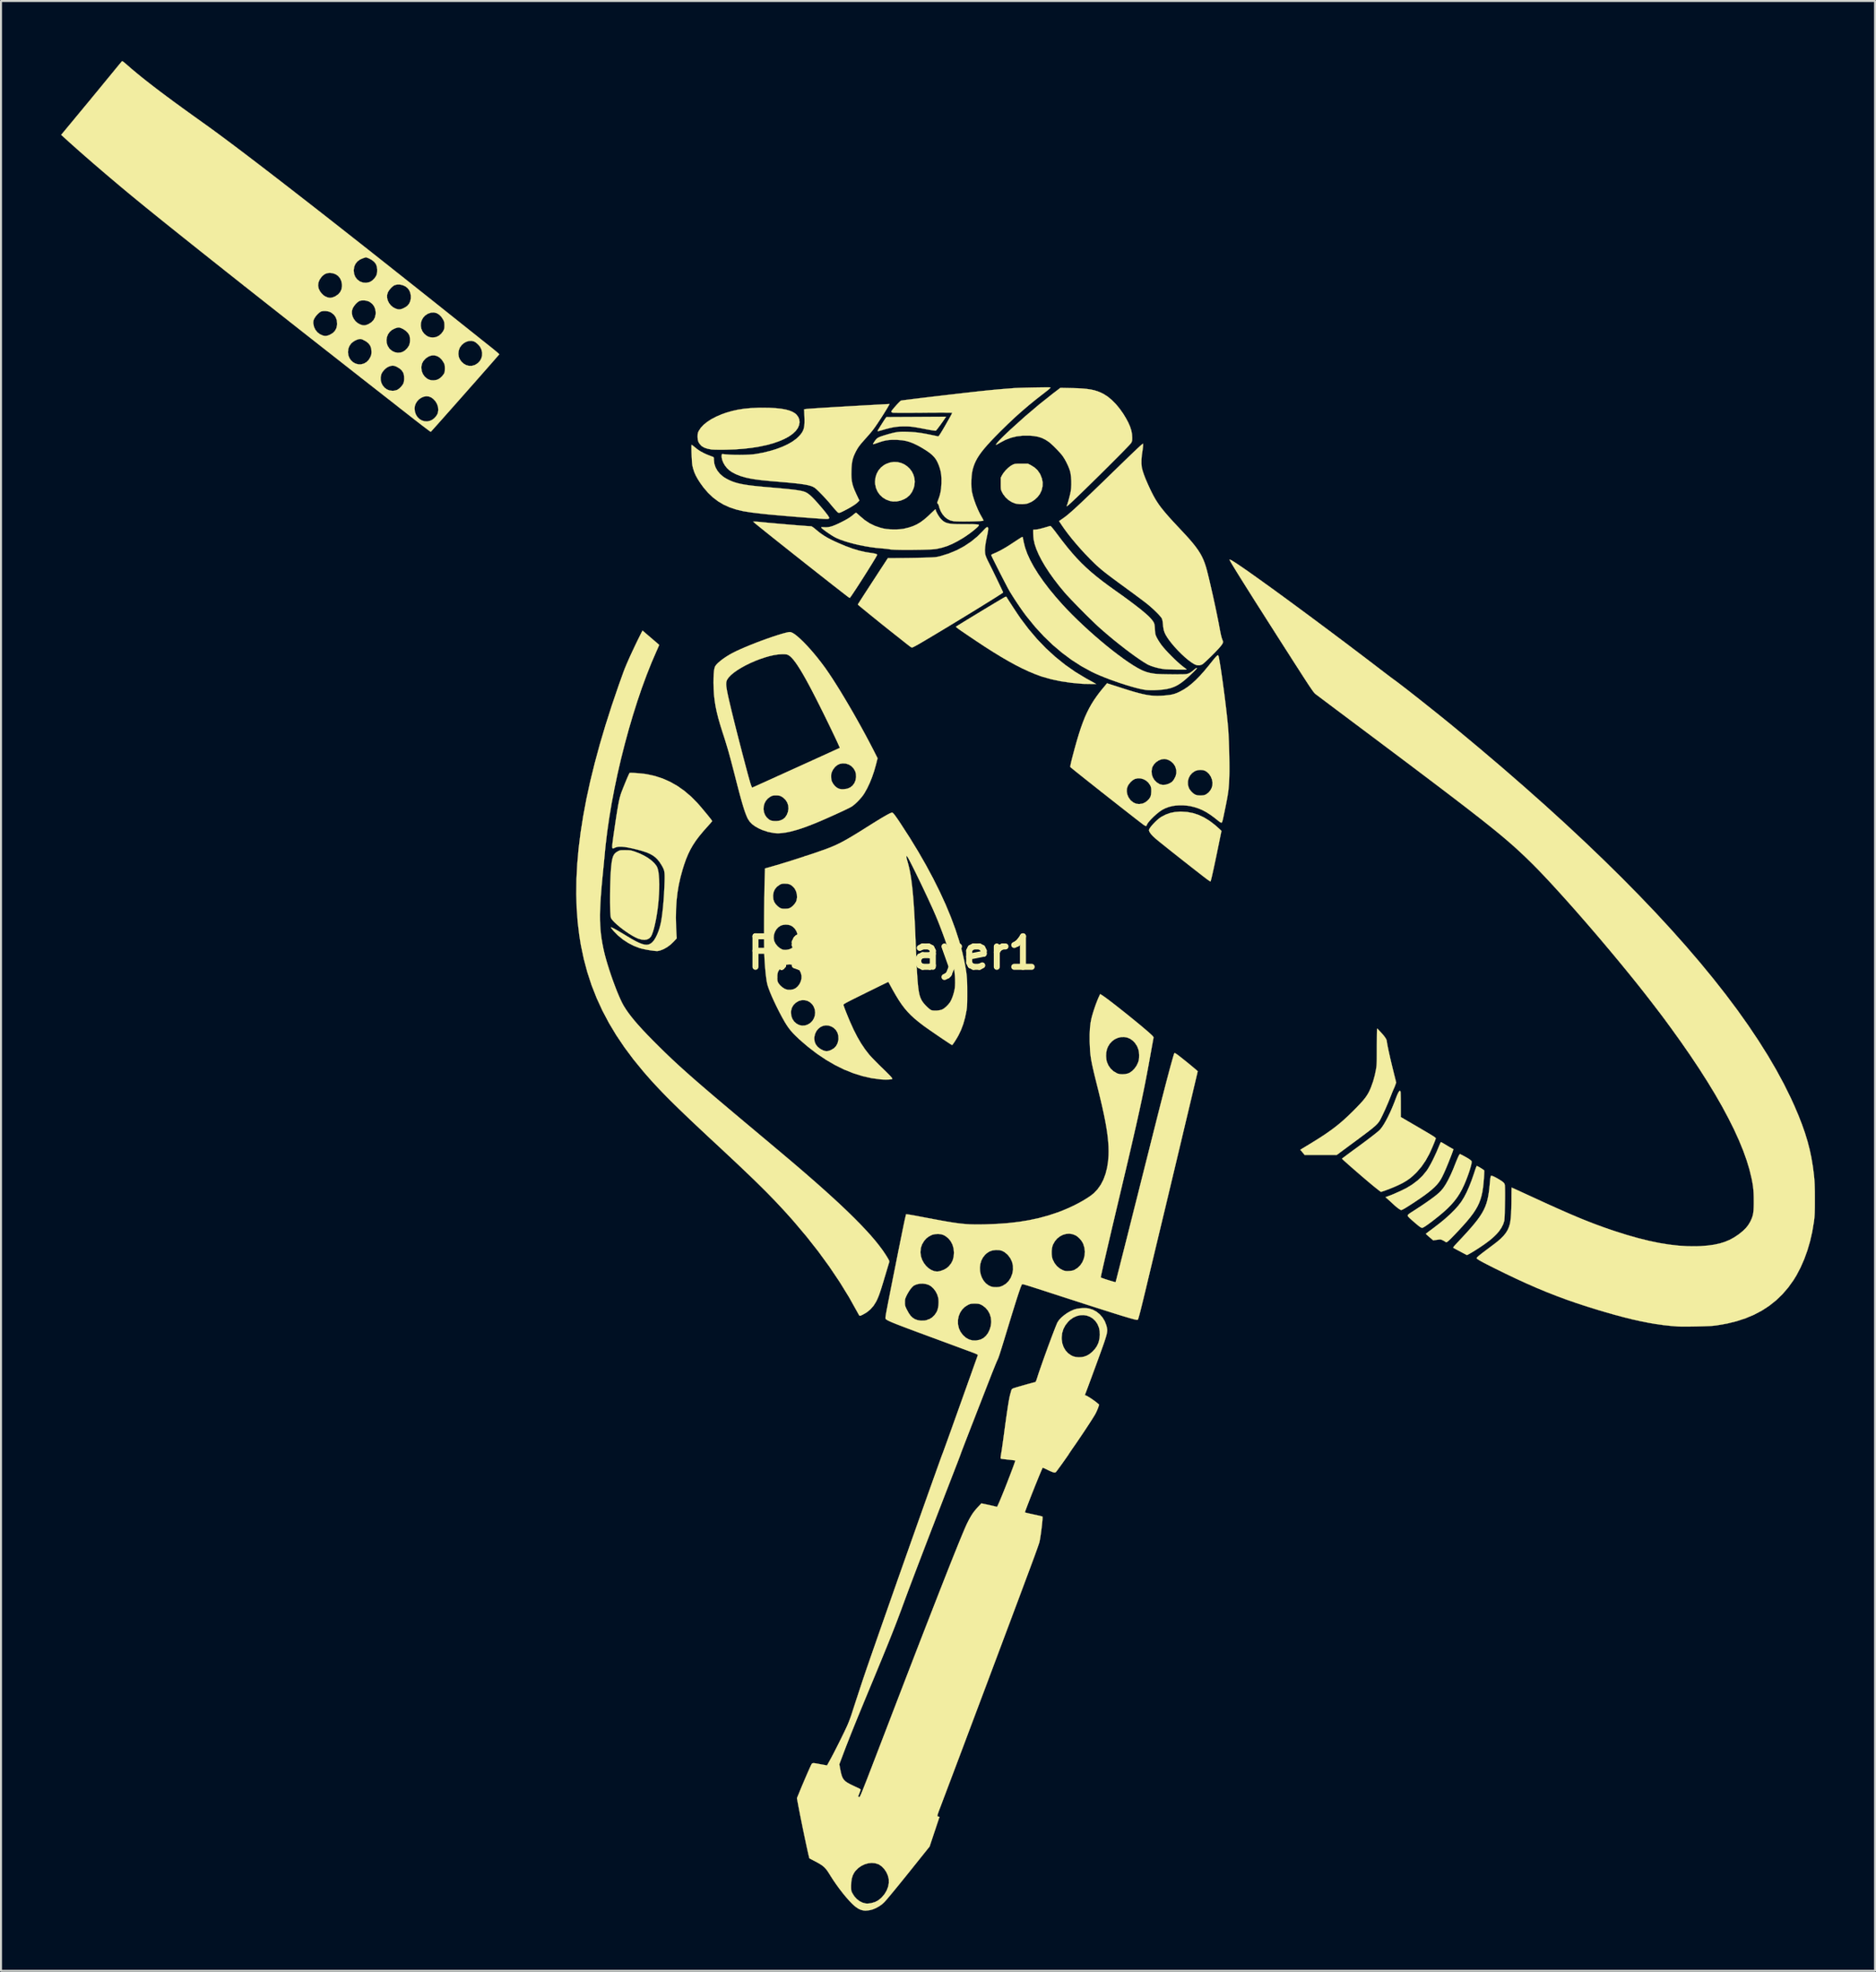
<source format=kicad_pcb>
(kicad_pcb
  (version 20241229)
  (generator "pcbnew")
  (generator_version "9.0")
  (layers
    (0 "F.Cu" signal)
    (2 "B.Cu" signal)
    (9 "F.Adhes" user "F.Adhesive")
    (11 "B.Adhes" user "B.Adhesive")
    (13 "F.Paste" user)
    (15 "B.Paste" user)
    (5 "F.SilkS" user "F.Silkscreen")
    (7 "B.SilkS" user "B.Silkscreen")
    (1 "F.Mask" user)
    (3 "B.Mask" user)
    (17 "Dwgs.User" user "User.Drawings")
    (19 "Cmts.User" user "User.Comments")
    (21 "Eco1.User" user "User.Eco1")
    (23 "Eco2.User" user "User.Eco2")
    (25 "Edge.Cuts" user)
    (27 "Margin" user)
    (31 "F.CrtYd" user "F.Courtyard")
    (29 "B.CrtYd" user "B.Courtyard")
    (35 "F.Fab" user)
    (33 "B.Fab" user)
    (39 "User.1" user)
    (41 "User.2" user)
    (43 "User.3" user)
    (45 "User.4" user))
  (footprint "F.Silk_layer1"
    (layer "F.Cu")
    (at 41.521 44.503)
    (property "Reference" "F.Silk_layer1" (at 0 0 0) (layer "F.SilkS") (effects (font (size 1.524 1.524) (thickness 0.3))))
    (attr through_hole)
    (fp_poly (pts (xy 0.229 -24.496) (xy 0.403 -24.456) (xy 0.565 -24.386) (xy 0.711 -24.289) (xy 0.839 -24.169) (xy 0.945 -24.029) (xy 1.025 -23.871) (xy 1.075 -23.699) (xy 1.093 -23.517) (xy 1.074 -23.326) (xy 1.036 -23.185) (xy 0.953 -23.002) (xy 0.841 -22.848) (xy 0.697 -22.723) (xy 0.569 -22.647) (xy 0.382 -22.572) (xy 0.19 -22.533) (xy 0.001 -22.53) (xy -0.146 -22.555) (xy -0.34 -22.627) (xy -0.51 -22.732) (xy -0.651 -22.865) (xy -0.763 -23.023) (xy -0.841 -23.201) (xy -0.883 -23.397) (xy -0.889 -23.515) (xy -0.869 -23.717) (xy -0.811 -23.906) (xy -0.719 -24.077) (xy -0.594 -24.226) (xy -0.439 -24.347) (xy -0.33 -24.407) (xy -0.141 -24.475) (xy 0.046 -24.503) (xy 0.229 -24.496)) (stroke (width 0.01) (type solid)) (fill yes) (layer "F.SilkS"))
    (fp_poly (pts (xy 6.889 -24.342) (xy 7.07 -24.229) (xy 7.22 -24.09) (xy 7.337 -23.923) (xy 7.366 -23.868) (xy 7.442 -23.673) (xy 7.478 -23.483) (xy 7.473 -23.293) (xy 7.428 -23.097) (xy 7.418 -23.07) (xy 7.339 -22.905) (xy 7.225 -22.754) (xy 7.083 -22.621) (xy 6.921 -22.513) (xy 6.745 -22.437) (xy 6.699 -22.423) (xy 6.596 -22.405) (xy 6.469 -22.397) (xy 6.333 -22.399) (xy 6.206 -22.411) (xy 6.119 -22.428) (xy 5.941 -22.497) (xy 5.775 -22.601) (xy 5.628 -22.736) (xy 5.507 -22.894) (xy 5.461 -22.977) (xy 5.432 -23.036) (xy 5.411 -23.084) (xy 5.398 -23.131) (xy 5.391 -23.186) (xy 5.388 -23.259) (xy 5.387 -23.36) (xy 5.387 -23.421) (xy 5.387 -23.717) (xy 5.46 -23.855) (xy 5.535 -23.97) (xy 5.635 -24.09) (xy 5.748 -24.201) (xy 5.865 -24.295) (xy 5.958 -24.352) (xy 6.008 -24.376) (xy 6.051 -24.393) (xy 6.095 -24.405) (xy 6.15 -24.411) (xy 6.224 -24.415) (xy 6.325 -24.416) (xy 6.413 -24.416) (xy 6.742 -24.416) (xy 6.889 -24.342)) (stroke (width 0.01) (type solid)) (fill yes) (layer "F.SilkS"))
    (fp_poly (pts (xy 2.615 -26.699) (xy 2.559 -26.616) (xy 2.494 -26.521) (xy 2.423 -26.421) (xy 2.351 -26.322) (xy 2.283 -26.231) (xy 2.224 -26.154) (xy 2.177 -26.096) (xy 2.149 -26.065) (xy 2.144 -26.062) (xy 2.114 -26.062) (xy 2.049 -26.07) (xy 1.956 -26.083) (xy 1.84 -26.103) (xy 1.71 -26.126) (xy 1.653 -26.137) (xy 1.456 -26.175) (xy 1.294 -26.205) (xy 1.161 -26.228) (xy 1.05 -26.246) (xy 0.955 -26.259) (xy 0.87 -26.268) (xy 0.788 -26.273) (xy 0.703 -26.276) (xy 0.608 -26.277) (xy 0.561 -26.277) (xy 0.379 -26.273) (xy 0.209 -26.26) (xy 0.04 -26.236) (xy -0.139 -26.199) (xy -0.34 -26.148) (xy -0.474 -26.109) (xy -0.589 -26.076) (xy -0.67 -26.053) (xy -0.721 -26.041) (xy -0.749 -26.039) (xy -0.759 -26.045) (xy -0.757 -26.06) (xy -0.754 -26.068) (xy -0.739 -26.096) (xy -0.705 -26.153) (xy -0.657 -26.23) (xy -0.601 -26.32) (xy -0.541 -26.415) (xy -0.482 -26.507) (xy -0.429 -26.59) (xy -0.386 -26.654) (xy -0.358 -26.693) (xy -0.321 -26.743) (xy 1.167 -26.751) (xy 2.654 -26.76) (xy 2.615 -26.699)) (stroke (width 0.01) (type solid)) (fill yes) (layer "F.SilkS"))
    (fp_poly (pts (xy 14.692 -7.036) (xy 14.981 -6.982) (xy 15.262 -6.891) (xy 15.538 -6.761) (xy 15.812 -6.593) (xy 16.085 -6.384) (xy 16.293 -6.199) (xy 16.404 -6.094) (xy 16.223 -5.211) (xy 16.163 -4.918) (xy 16.106 -4.647) (xy 16.054 -4.402) (xy 16.007 -4.184) (xy 15.965 -3.996) (xy 15.93 -3.839) (xy 15.9 -3.717) (xy 15.877 -3.63) (xy 15.862 -3.582) (xy 15.857 -3.572) (xy 15.836 -3.579) (xy 15.788 -3.607) (xy 15.721 -3.653) (xy 15.641 -3.712) (xy 15.631 -3.719) (xy 15.472 -3.841) (xy 15.297 -3.977) (xy 15.11 -4.123) (xy 14.913 -4.276) (xy 14.711 -4.435) (xy 14.506 -4.596) (xy 14.302 -4.757) (xy 14.103 -4.914) (xy 13.911 -5.066) (xy 13.731 -5.21) (xy 13.566 -5.342) (xy 13.418 -5.46) (xy 13.292 -5.562) (xy 13.191 -5.644) (xy 13.119 -5.705) (xy 13.095 -5.725) (xy 12.976 -5.837) (xy 12.883 -5.94) (xy 12.819 -6.031) (xy 12.788 -6.105) (xy 12.785 -6.13) (xy 12.8 -6.182) (xy 12.844 -6.254) (xy 12.91 -6.34) (xy 12.992 -6.434) (xy 13.085 -6.531) (xy 13.184 -6.624) (xy 13.282 -6.708) (xy 13.375 -6.776) (xy 13.413 -6.799) (xy 13.631 -6.911) (xy 13.85 -6.989) (xy 14.082 -7.035) (xy 14.335 -7.054) (xy 14.393 -7.054) (xy 14.692 -7.036)) (stroke (width 0.01) (type solid)) (fill yes) (layer "F.SilkS"))
    (fp_poly (pts (xy -6.149 -27.203) (xy -5.85 -27.186) (xy -5.589 -27.159) (xy -5.363 -27.12) (xy -5.172 -27.069) (xy -5.014 -27.006) (xy -4.887 -26.931) (xy -4.814 -26.868) (xy -4.723 -26.75) (xy -4.671 -26.62) (xy -4.657 -26.48) (xy -4.682 -26.337) (xy -4.744 -26.194) (xy -4.844 -26.055) (xy -4.848 -26.05) (xy -5.002 -25.905) (xy -5.195 -25.77) (xy -5.425 -25.646) (xy -5.689 -25.533) (xy -5.985 -25.432) (xy -6.311 -25.344) (xy -6.664 -25.269) (xy -7.042 -25.208) (xy -7.443 -25.162) (xy -7.865 -25.13) (xy -8.304 -25.115) (xy -8.34 -25.114) (xy -8.501 -25.113) (xy -8.655 -25.113) (xy -8.795 -25.114) (xy -8.914 -25.117) (xy -9.005 -25.121) (xy -9.058 -25.125) (xy -9.254 -25.163) (xy -9.411 -25.216) (xy -9.529 -25.284) (xy -9.564 -25.314) (xy -9.651 -25.411) (xy -9.707 -25.506) (xy -9.737 -25.612) (xy -9.747 -25.744) (xy -9.747 -25.76) (xy -9.745 -25.856) (xy -9.737 -25.925) (xy -9.72 -25.984) (xy -9.69 -26.047) (xy -9.686 -26.056) (xy -9.584 -26.21) (xy -9.442 -26.361) (xy -9.263 -26.505) (xy -9.05 -26.642) (xy -8.806 -26.769) (xy -8.533 -26.885) (xy -8.33 -26.957) (xy -8.038 -27.042) (xy -7.737 -27.109) (xy -7.42 -27.158) (xy -7.081 -27.19) (xy -6.712 -27.206) (xy -6.488 -27.208) (xy -6.149 -27.203)) (stroke (width 0.01) (type solid)) (fill yes) (layer "F.SilkS"))
    (fp_poly (pts (xy 28.336 10.043) (xy 28.392 10.07) (xy 28.467 10.109) (xy 28.552 10.155) (xy 28.638 10.203) (xy 28.716 10.249) (xy 28.777 10.288) (xy 28.781 10.291) (xy 28.837 10.333) (xy 28.879 10.373) (xy 28.89 10.388) (xy 28.895 10.431) (xy 28.885 10.507) (xy 28.861 10.612) (xy 28.825 10.739) (xy 28.78 10.885) (xy 28.726 11.043) (xy 28.665 11.209) (xy 28.6 11.376) (xy 28.531 11.54) (xy 28.513 11.58) (xy 28.409 11.799) (xy 28.295 12.002) (xy 28.169 12.196) (xy 28.027 12.383) (xy 27.865 12.568) (xy 27.679 12.756) (xy 27.466 12.949) (xy 27.222 13.153) (xy 26.945 13.37) (xy 26.78 13.494) (xy 26.645 13.591) (xy 26.54 13.66) (xy 26.466 13.701) (xy 26.42 13.716) (xy 26.419 13.716) (xy 26.38 13.704) (xy 26.323 13.672) (xy 26.275 13.639) (xy 26.221 13.596) (xy 26.145 13.533) (xy 26.056 13.457) (xy 25.961 13.375) (xy 25.933 13.351) (xy 25.835 13.263) (xy 25.767 13.197) (xy 25.724 13.149) (xy 25.704 13.115) (xy 25.7 13.095) (xy 25.724 13.055) (xy 25.784 13.003) (xy 25.84 12.965) (xy 26.143 12.77) (xy 26.411 12.594) (xy 26.644 12.435) (xy 26.846 12.293) (xy 27.017 12.167) (xy 27.159 12.054) (xy 27.274 11.954) (xy 27.363 11.866) (xy 27.479 11.725) (xy 27.599 11.544) (xy 27.722 11.325) (xy 27.846 11.071) (xy 27.972 10.784) (xy 28.06 10.562) (xy 28.126 10.396) (xy 28.184 10.258) (xy 28.232 10.151) (xy 28.271 10.076) (xy 28.298 10.038) (xy 28.307 10.033) (xy 28.336 10.043)) (stroke (width 0.01) (type solid)) (fill yes) (layer "F.SilkS"))
    (fp_poly (pts (xy 29.181 10.636) (xy 29.236 10.664) (xy 29.305 10.703) (xy 29.378 10.748) (xy 29.445 10.791) (xy 29.496 10.826) (xy 29.52 10.849) (xy 29.521 10.85) (xy 29.523 10.88) (xy 29.522 10.944) (xy 29.518 11.035) (xy 29.512 11.145) (xy 29.507 11.223) (xy 29.487 11.477) (xy 29.461 11.707) (xy 29.428 11.918) (xy 29.386 12.113) (xy 29.332 12.298) (xy 29.266 12.474) (xy 29.183 12.648) (xy 29.083 12.822) (xy 28.964 13.001) (xy 28.822 13.188) (xy 28.657 13.388) (xy 28.466 13.605) (xy 28.248 13.842) (xy 28.042 14.06) (xy 27.918 14.187) (xy 27.82 14.286) (xy 27.744 14.357) (xy 27.687 14.404) (xy 27.645 14.429) (xy 27.616 14.435) (xy 27.597 14.424) (xy 27.593 14.419) (xy 27.57 14.401) (xy 27.52 14.371) (xy 27.468 14.344) (xy 27.413 14.317) (xy 27.369 14.301) (xy 27.325 14.295) (xy 27.266 14.298) (xy 27.181 14.309) (xy 27.163 14.311) (xy 26.973 14.337) (xy 26.79 14.18) (xy 26.717 14.117) (xy 26.658 14.064) (xy 26.62 14.027) (xy 26.608 14.012) (xy 26.624 13.997) (xy 26.67 13.961) (xy 26.74 13.907) (xy 26.829 13.84) (xy 26.933 13.763) (xy 26.973 13.733) (xy 27.284 13.495) (xy 27.567 13.262) (xy 27.82 13.035) (xy 28.04 12.817) (xy 28.225 12.61) (xy 28.374 12.415) (xy 28.389 12.393) (xy 28.517 12.184) (xy 28.643 11.942) (xy 28.766 11.665) (xy 28.889 11.352) (xy 29.012 10.999) (xy 29.052 10.874) (xy 29.084 10.779) (xy 29.113 10.701) (xy 29.136 10.647) (xy 29.15 10.626) (xy 29.151 10.626) (xy 29.181 10.636)) (stroke (width 0.01) (type solid)) (fill yes) (layer "F.SilkS"))
    (fp_poly (pts (xy -13.356 -5.132) (xy -13.241 -5.131) (xy -13.154 -5.126) (xy -13.081 -5.117) (xy -13.008 -5.099) (xy -12.922 -5.073) (xy -12.866 -5.054) (xy -12.632 -4.963) (xy -12.416 -4.858) (xy -12.22 -4.742) (xy -12.051 -4.617) (xy -11.912 -4.488) (xy -11.808 -4.357) (xy -11.769 -4.288) (xy -11.732 -4.183) (xy -11.703 -4.042) (xy -11.682 -3.868) (xy -11.668 -3.666) (xy -11.662 -3.44) (xy -11.664 -3.196) (xy -11.674 -2.937) (xy -11.693 -2.669) (xy -11.719 -2.395) (xy -11.749 -2.148) (xy -11.787 -1.897) (xy -11.829 -1.659) (xy -11.875 -1.44) (xy -11.922 -1.244) (xy -11.971 -1.075) (xy -12.019 -0.938) (xy -12.067 -0.838) (xy -12.077 -0.821) (xy -12.158 -0.733) (xy -12.263 -0.678) (xy -12.39 -0.656) (xy -12.536 -0.667) (xy -12.698 -0.713) (xy -12.735 -0.727) (xy -12.867 -0.788) (xy -13.013 -0.868) (xy -13.167 -0.963) (xy -13.325 -1.069) (xy -13.482 -1.182) (xy -13.631 -1.298) (xy -13.767 -1.413) (xy -13.886 -1.522) (xy -13.981 -1.621) (xy -14.047 -1.707) (xy -14.07 -1.748) (xy -14.083 -1.8) (xy -14.094 -1.889) (xy -14.102 -2.012) (xy -14.109 -2.162) (xy -14.114 -2.337) (xy -14.117 -2.53) (xy -14.117 -2.738) (xy -14.116 -2.955) (xy -14.113 -3.177) (xy -14.108 -3.399) (xy -14.101 -3.617) (xy -14.093 -3.826) (xy -14.082 -4.021) (xy -14.07 -4.198) (xy -14.056 -4.352) (xy -14.053 -4.375) (xy -14.03 -4.557) (xy -14.002 -4.702) (xy -13.967 -4.817) (xy -13.922 -4.907) (xy -13.865 -4.978) (xy -13.793 -5.036) (xy -13.737 -5.069) (xy -13.687 -5.096) (xy -13.643 -5.114) (xy -13.596 -5.125) (xy -13.536 -5.13) (xy -13.453 -5.132) (xy -13.356 -5.132)) (stroke (width 0.01) (type solid)) (fill yes) (layer "F.SilkS"))
    (fp_poly (pts (xy 5.666 -17.771) (xy 5.681 -17.752) (xy 5.743 -17.652) (xy 5.822 -17.528) (xy 5.914 -17.386) (xy 6.012 -17.235) (xy 6.112 -17.084) (xy 6.207 -16.941) (xy 6.293 -16.814) (xy 6.363 -16.712) (xy 6.383 -16.683) (xy 6.781 -16.157) (xy 7.201 -15.663) (xy 7.644 -15.202) (xy 8.109 -14.777) (xy 8.593 -14.387) (xy 9.096 -14.034) (xy 9.617 -13.719) (xy 9.673 -13.687) (xy 9.786 -13.626) (xy 9.89 -13.568) (xy 9.98 -13.518) (xy 10.046 -13.481) (xy 10.075 -13.464) (xy 10.149 -13.422) (xy 9.842 -13.424) (xy 9.724 -13.426) (xy 9.612 -13.428) (xy 9.517 -13.43) (xy 9.452 -13.433) (xy 9.44 -13.434) (xy 8.898 -13.484) (xy 8.39 -13.559) (xy 7.916 -13.659) (xy 7.475 -13.782) (xy 7.355 -13.822) (xy 7.068 -13.929) (xy 6.769 -14.055) (xy 6.455 -14.201) (xy 6.126 -14.369) (xy 5.777 -14.56) (xy 5.407 -14.775) (xy 5.014 -15.015) (xy 4.595 -15.282) (xy 4.147 -15.577) (xy 4.128 -15.591) (xy 3.906 -15.74) (xy 3.717 -15.867) (xy 3.56 -15.974) (xy 3.431 -16.062) (xy 3.33 -16.133) (xy 3.253 -16.189) (xy 3.199 -16.23) (xy 3.166 -16.258) (xy 3.151 -16.275) (xy 3.15 -16.281) (xy 3.174 -16.298) (xy 3.23 -16.334) (xy 3.315 -16.387) (xy 3.425 -16.455) (xy 3.557 -16.537) (xy 3.707 -16.628) (xy 3.871 -16.728) (xy 4.045 -16.834) (xy 4.226 -16.944) (xy 4.41 -17.055) (xy 4.593 -17.166) (xy 4.772 -17.274) (xy 4.942 -17.376) (xy 5.101 -17.472) (xy 5.245 -17.557) (xy 5.369 -17.631) (xy 5.47 -17.69) (xy 5.545 -17.734) (xy 5.589 -17.758) (xy 5.597 -17.762) (xy 5.641 -17.778) (xy 5.666 -17.771)) (stroke (width 0.01) (type solid)) (fill yes) (layer "F.SilkS"))
    (fp_poly (pts (xy 27.385 9.445) (xy 27.438 9.475) (xy 27.514 9.519) (xy 27.606 9.573) (xy 27.664 9.608) (xy 27.762 9.667) (xy 27.848 9.716) (xy 27.915 9.754) (xy 27.956 9.775) (xy 27.965 9.779) (xy 27.975 9.782) (xy 27.979 9.795) (xy 27.975 9.822) (xy 27.961 9.867) (xy 27.937 9.936) (xy 27.901 10.032) (xy 27.852 10.161) (xy 27.82 10.242) (xy 27.706 10.528) (xy 27.601 10.78) (xy 27.506 10.994) (xy 27.421 11.17) (xy 27.346 11.307) (xy 27.343 11.312) (xy 27.264 11.431) (xy 27.167 11.551) (xy 27.049 11.674) (xy 26.907 11.804) (xy 26.739 11.942) (xy 26.541 12.091) (xy 26.31 12.253) (xy 26.046 12.43) (xy 25.867 12.547) (xy 25.72 12.641) (xy 25.603 12.714) (xy 25.512 12.767) (xy 25.444 12.803) (xy 25.398 12.822) (xy 25.374 12.827) (xy 25.342 12.815) (xy 25.287 12.783) (xy 25.222 12.738) (xy 25.214 12.732) (xy 25.134 12.669) (xy 25.053 12.6) (xy 24.995 12.546) (xy 24.936 12.491) (xy 24.858 12.419) (xy 24.776 12.345) (xy 24.748 12.321) (xy 24.594 12.184) (xy 24.776 12.116) (xy 24.866 12.082) (xy 24.949 12.048) (xy 25.011 12.022) (xy 25.025 12.016) (xy 25.074 11.994) (xy 25.149 11.96) (xy 25.239 11.921) (xy 25.294 11.897) (xy 25.627 11.735) (xy 25.929 11.551) (xy 26.199 11.347) (xy 26.435 11.123) (xy 26.633 10.884) (xy 26.691 10.8) (xy 26.772 10.667) (xy 26.863 10.505) (xy 26.958 10.321) (xy 27.052 10.126) (xy 27.142 9.93) (xy 27.221 9.742) (xy 27.223 9.737) (xy 27.266 9.632) (xy 27.305 9.543) (xy 27.336 9.477) (xy 27.356 9.439) (xy 27.362 9.433) (xy 27.385 9.445)) (stroke (width 0.01) (type solid)) (fill yes) (layer "F.SilkS"))
    (fp_poly (pts (xy 29.893 11.117) (xy 29.911 11.12) (xy 29.965 11.139) (xy 30.044 11.176) (xy 30.138 11.225) (xy 30.238 11.282) (xy 30.334 11.341) (xy 30.415 11.396) (xy 30.43 11.407) (xy 30.492 11.459) (xy 30.527 11.505) (xy 30.546 11.56) (xy 30.549 11.579) (xy 30.554 11.628) (xy 30.557 11.714) (xy 30.559 11.829) (xy 30.56 11.969) (xy 30.56 12.127) (xy 30.559 12.297) (xy 30.556 12.473) (xy 30.553 12.648) (xy 30.549 12.818) (xy 30.545 12.975) (xy 30.54 13.114) (xy 30.534 13.228) (xy 30.528 13.312) (xy 30.523 13.356) (xy 30.469 13.53) (xy 30.38 13.708) (xy 30.261 13.883) (xy 30.156 14.005) (xy 30.04 14.122) (xy 29.918 14.234) (xy 29.784 14.345) (xy 29.632 14.46) (xy 29.453 14.587) (xy 29.305 14.686) (xy 29.186 14.764) (xy 29.067 14.84) (xy 28.952 14.911) (xy 28.848 14.972) (xy 28.761 15.022) (xy 28.696 15.056) (xy 28.66 15.07) (xy 28.657 15.07) (xy 28.636 15.061) (xy 28.585 15.035) (xy 28.509 14.995) (xy 28.415 14.946) (xy 28.341 14.906) (xy 28.234 14.85) (xy 28.138 14.798) (xy 28.061 14.756) (xy 28.009 14.728) (xy 27.992 14.718) (xy 27.98 14.707) (xy 27.979 14.691) (xy 27.992 14.665) (xy 28.022 14.626) (xy 28.072 14.568) (xy 28.146 14.488) (xy 28.223 14.406) (xy 28.47 14.142) (xy 28.688 13.904) (xy 28.88 13.687) (xy 29.046 13.489) (xy 29.19 13.306) (xy 29.312 13.134) (xy 29.416 12.971) (xy 29.503 12.811) (xy 29.574 12.653) (xy 29.633 12.492) (xy 29.68 12.324) (xy 29.719 12.147) (xy 29.75 11.957) (xy 29.776 11.749) (xy 29.791 11.599) (xy 29.806 11.443) (xy 29.818 11.323) (xy 29.828 11.237) (xy 29.838 11.177) (xy 29.848 11.14) (xy 29.86 11.121) (xy 29.874 11.115) (xy 29.893 11.117)) (stroke (width 0.01) (type solid)) (fill yes) (layer "F.SilkS"))
    (fp_poly (pts (xy -6.812 -21.523) (xy -6.72 -21.517) (xy -6.622 -21.508) (xy -6.604 -21.506) (xy -6.506 -21.495) (xy -6.377 -21.483) (xy -6.222 -21.468) (xy -6.045 -21.452) (xy -5.853 -21.435) (xy -5.649 -21.417) (xy -5.439 -21.399) (xy -5.228 -21.381) (xy -5.019 -21.363) (xy -4.82 -21.347) (xy -4.633 -21.332) (xy -4.465 -21.319) (xy -4.32 -21.308) (xy -4.202 -21.3) (xy -4.118 -21.295) (xy -4.075 -21.294) (xy -4.043 -21.28) (xy -3.987 -21.244) (xy -3.916 -21.191) (xy -3.842 -21.129) (xy -3.699 -21.011) (xy -3.56 -20.907) (xy -3.415 -20.81) (xy -3.258 -20.718) (xy -3.081 -20.625) (xy -2.876 -20.527) (xy -2.731 -20.462) (xy -2.359 -20.305) (xy -2.014 -20.178) (xy -1.69 -20.08) (xy -1.385 -20.009) (xy -1.154 -19.972) (xy -1.005 -19.95) (xy -0.896 -19.929) (xy -0.825 -19.907) (xy -0.789 -19.885) (xy -0.783 -19.87) (xy -0.794 -19.843) (xy -0.826 -19.785) (xy -0.875 -19.699) (xy -0.941 -19.59) (xy -1.019 -19.461) (xy -1.109 -19.316) (xy -1.206 -19.16) (xy -1.31 -18.994) (xy -1.417 -18.825) (xy -1.526 -18.654) (xy -1.633 -18.487) (xy -1.736 -18.327) (xy -1.834 -18.177) (xy -1.923 -18.042) (xy -2 -17.926) (xy -2.065 -17.831) (xy -2.114 -17.763) (xy -2.144 -17.724) (xy -2.153 -17.717) (xy -2.176 -17.729) (xy -2.224 -17.762) (xy -2.289 -17.81) (xy -2.339 -17.848) (xy -2.541 -18.005) (xy -2.76 -18.176) (xy -2.994 -18.358) (xy -3.239 -18.55) (xy -3.493 -18.75) (xy -3.754 -18.955) (xy -4.02 -19.164) (xy -4.287 -19.375) (xy -4.555 -19.586) (xy -4.82 -19.796) (xy -5.079 -20.001) (xy -5.331 -20.201) (xy -5.573 -20.393) (xy -5.803 -20.576) (xy -6.018 -20.747) (xy -6.216 -20.905) (xy -6.395 -21.048) (xy -6.551 -21.174) (xy -6.683 -21.281) (xy -6.789 -21.367) (xy -6.865 -21.43) (xy -6.9 -21.46) (xy -6.974 -21.525) (xy -6.879 -21.525) (xy -6.812 -21.523)) (stroke (width 0.01) (type solid)) (fill yes) (layer "F.SilkS"))
    (fp_poly (pts (xy 25.334 6.899) (xy 25.344 6.927) (xy 25.348 6.96) (xy 25.351 7.029) (xy 25.353 7.129) (xy 25.355 7.254) (xy 25.357 7.398) (xy 25.357 7.554) (xy 25.357 7.58) (xy 25.358 8.187) (xy 26.237 8.699) (xy 26.44 8.818) (xy 26.609 8.917) (xy 26.748 8.999) (xy 26.859 9.066) (xy 26.944 9.119) (xy 27.008 9.16) (xy 27.053 9.192) (xy 27.082 9.216) (xy 27.098 9.234) (xy 27.103 9.248) (xy 27.102 9.257) (xy 27.077 9.332) (xy 27.037 9.435) (xy 26.988 9.557) (xy 26.932 9.688) (xy 26.875 9.819) (xy 26.82 9.94) (xy 26.772 10.041) (xy 26.768 10.048) (xy 26.591 10.366) (xy 26.395 10.651) (xy 26.175 10.911) (xy 26.11 10.978) (xy 25.948 11.132) (xy 25.789 11.262) (xy 25.621 11.377) (xy 25.431 11.486) (xy 25.294 11.554) (xy 25.188 11.604) (xy 25.066 11.658) (xy 24.935 11.713) (xy 24.802 11.766) (xy 24.675 11.815) (xy 24.56 11.858) (xy 24.464 11.89) (xy 24.394 11.911) (xy 24.361 11.917) (xy 24.341 11.904) (xy 24.294 11.869) (xy 24.226 11.817) (xy 24.142 11.75) (xy 24.075 11.697) (xy 23.978 11.618) (xy 23.863 11.523) (xy 23.735 11.416) (xy 23.597 11.299) (xy 23.453 11.176) (xy 23.305 11.049) (xy 23.158 10.922) (xy 23.015 10.798) (xy 22.88 10.68) (xy 22.756 10.571) (xy 22.646 10.473) (xy 22.554 10.391) (xy 22.484 10.326) (xy 22.439 10.282) (xy 22.422 10.263) (xy 22.422 10.262) (xy 22.44 10.247) (xy 22.487 10.21) (xy 22.561 10.154) (xy 22.656 10.083) (xy 22.769 9.999) (xy 22.895 9.906) (xy 22.955 9.862) (xy 23.243 9.651) (xy 23.497 9.464) (xy 23.717 9.299) (xy 23.903 9.157) (xy 24.056 9.038) (xy 24.177 8.941) (xy 24.266 8.865) (xy 24.322 8.81) (xy 24.328 8.804) (xy 24.415 8.693) (xy 24.512 8.547) (xy 24.614 8.37) (xy 24.72 8.168) (xy 24.826 7.946) (xy 24.931 7.708) (xy 25.031 7.462) (xy 25.083 7.324) (xy 25.147 7.157) (xy 25.201 7.03) (xy 25.246 6.942) (xy 25.283 6.891) (xy 25.312 6.877) (xy 25.334 6.899)) (stroke (width 0.01) (type solid)) (fill yes) (layer "F.SilkS"))
    (fp_poly (pts (xy 24.194 3.782) (xy 24.235 3.823) (xy 24.293 3.884) (xy 24.363 3.958) (xy 24.381 3.978) (xy 24.493 4.106) (xy 24.574 4.212) (xy 24.627 4.299) (xy 24.654 4.371) (xy 24.659 4.413) (xy 24.663 4.45) (xy 24.676 4.522) (xy 24.694 4.619) (xy 24.717 4.735) (xy 24.744 4.863) (xy 24.744 4.864) (xy 24.771 4.989) (xy 24.798 5.11) (xy 24.825 5.232) (xy 24.856 5.363) (xy 24.89 5.508) (xy 24.93 5.673) (xy 24.977 5.864) (xy 25.032 6.087) (xy 25.061 6.201) (xy 25.126 6.465) (xy 25.08 6.593) (xy 25.051 6.67) (xy 25.023 6.737) (xy 25.006 6.773) (xy 24.989 6.811) (xy 24.96 6.88) (xy 24.922 6.972) (xy 24.88 7.078) (xy 24.859 7.133) (xy 24.724 7.467) (xy 24.584 7.79) (xy 24.444 8.091) (xy 24.39 8.2) (xy 24.358 8.264) (xy 24.328 8.321) (xy 24.298 8.374) (xy 24.264 8.424) (xy 24.226 8.475) (xy 24.18 8.527) (xy 24.125 8.583) (xy 24.057 8.646) (xy 23.974 8.716) (xy 23.875 8.797) (xy 23.756 8.89) (xy 23.615 8.997) (xy 23.45 9.121) (xy 23.259 9.263) (xy 23.039 9.427) (xy 22.787 9.612) (xy 22.738 9.649) (xy 22.161 10.075) (xy 20.556 10.075) (xy 20.448 9.946) (xy 20.34 9.817) (xy 20.801 9.537) (xy 21.114 9.345) (xy 21.394 9.167) (xy 21.646 8.999) (xy 21.878 8.836) (xy 22.093 8.674) (xy 22.298 8.51) (xy 22.498 8.338) (xy 22.698 8.154) (xy 22.905 7.955) (xy 23.019 7.842) (xy 23.191 7.666) (xy 23.336 7.513) (xy 23.457 7.379) (xy 23.557 7.257) (xy 23.64 7.143) (xy 23.711 7.032) (xy 23.773 6.918) (xy 23.829 6.797) (xy 23.87 6.699) (xy 23.978 6.397) (xy 24.063 6.085) (xy 24.114 5.836) (xy 24.126 5.77) (xy 24.135 5.708) (xy 24.143 5.645) (xy 24.149 5.575) (xy 24.153 5.495) (xy 24.157 5.399) (xy 24.159 5.281) (xy 24.16 5.138) (xy 24.161 4.965) (xy 24.161 4.755) (xy 24.161 4.673) (xy 24.162 4.481) (xy 24.163 4.304) (xy 24.164 4.145) (xy 24.166 4.008) (xy 24.168 3.898) (xy 24.171 3.819) (xy 24.174 3.775) (xy 24.176 3.768) (xy 24.194 3.782)) (stroke (width 0.01) (type solid)) (fill yes) (layer "F.SilkS"))
    (fp_poly (pts (xy 8.949 -28.188) (xy 9.234 -28.18) (xy 9.482 -28.165) (xy 9.699 -28.144) (xy 9.891 -28.115) (xy 10.063 -28.077) (xy 10.22 -28.028) (xy 10.369 -27.969) (xy 10.514 -27.897) (xy 10.518 -27.895) (xy 10.723 -27.765) (xy 10.928 -27.596) (xy 11.13 -27.393) (xy 11.324 -27.159) (xy 11.508 -26.898) (xy 11.633 -26.692) (xy 11.753 -26.467) (xy 11.843 -26.262) (xy 11.904 -26.072) (xy 11.938 -25.891) (xy 11.948 -25.727) (xy 11.947 -25.632) (xy 11.942 -25.567) (xy 11.93 -25.518) (xy 11.908 -25.474) (xy 11.888 -25.441) (xy 11.859 -25.406) (xy 11.803 -25.343) (xy 11.721 -25.257) (xy 11.617 -25.149) (xy 11.493 -25.021) (xy 11.351 -24.877) (xy 11.194 -24.719) (xy 11.024 -24.549) (xy 10.845 -24.37) (xy 10.658 -24.184) (xy 10.467 -23.994) (xy 10.274 -23.803) (xy 10.08 -23.613) (xy 9.89 -23.426) (xy 9.706 -23.246) (xy 9.53 -23.074) (xy 9.364 -22.914) (xy 9.212 -22.767) (xy 9.075 -22.637) (xy 8.957 -22.525) (xy 8.86 -22.435) (xy 8.786 -22.369) (xy 8.739 -22.329) (xy 8.733 -22.324) (xy 8.692 -22.297) (xy 8.679 -22.294) (xy 8.684 -22.315) (xy 8.686 -22.321) (xy 8.717 -22.409) (xy 8.753 -22.526) (xy 8.79 -22.659) (xy 8.826 -22.795) (xy 8.856 -22.922) (xy 8.878 -23.027) (xy 8.88 -23.035) (xy 8.9 -23.196) (xy 8.909 -23.378) (xy 8.907 -23.568) (xy 8.895 -23.754) (xy 8.873 -23.923) (xy 8.849 -24.035) (xy 8.804 -24.172) (xy 8.738 -24.33) (xy 8.66 -24.492) (xy 8.575 -24.647) (xy 8.49 -24.78) (xy 8.463 -24.818) (xy 8.39 -24.907) (xy 8.297 -25.012) (xy 8.19 -25.126) (xy 8.077 -25.24) (xy 7.968 -25.345) (xy 7.869 -25.435) (xy 7.789 -25.5) (xy 7.789 -25.5) (xy 7.615 -25.614) (xy 7.437 -25.701) (xy 7.244 -25.761) (xy 7.029 -25.799) (xy 6.816 -25.816) (xy 6.49 -25.815) (xy 6.187 -25.781) (xy 5.9 -25.711) (xy 5.624 -25.606) (xy 5.367 -25.471) (xy 5.286 -25.424) (xy 5.219 -25.387) (xy 5.174 -25.363) (xy 5.159 -25.358) (xy 5.15 -25.371) (xy 5.172 -25.411) (xy 5.223 -25.475) (xy 5.302 -25.563) (xy 5.406 -25.671) (xy 5.536 -25.8) (xy 5.689 -25.947) (xy 5.863 -26.111) (xy 5.895 -26.14) (xy 6.6 -26.775) (xy 7.3 -27.368) (xy 7.995 -27.92) (xy 8.103 -28.002) (xy 8.363 -28.2) (xy 8.949 -28.188)) (stroke (width 0.01) (type solid)) (fill yes) (layer "F.SilkS"))
    (fp_poly (pts (xy -10.021 -25.345) (xy -9.976 -25.311) (xy -9.918 -25.263) (xy -9.909 -25.256) (xy -9.763 -25.139) (xy -9.622 -25.044) (xy -9.464 -24.958) (xy -9.451 -24.951) (xy -9.372 -24.913) (xy -9.293 -24.878) (xy -9.202 -24.841) (xy -9.09 -24.798) (xy -8.991 -24.76) (xy -8.959 -24.746) (xy -8.941 -24.724) (xy -8.934 -24.683) (xy -8.932 -24.613) (xy -8.932 -24.606) (xy -8.912 -24.416) (xy -8.852 -24.232) (xy -8.755 -24.059) (xy -8.625 -23.902) (xy -8.464 -23.764) (xy -8.364 -23.7) (xy -8.248 -23.635) (xy -8.131 -23.578) (xy -8.009 -23.527) (xy -7.879 -23.482) (xy -7.737 -23.441) (xy -7.578 -23.405) (xy -7.399 -23.372) (xy -7.197 -23.341) (xy -6.967 -23.312) (xy -6.705 -23.284) (xy -6.409 -23.256) (xy -6.117 -23.231) (xy -5.806 -23.204) (xy -5.534 -23.18) (xy -5.298 -23.157) (xy -5.095 -23.136) (xy -4.922 -23.116) (xy -4.776 -23.095) (xy -4.654 -23.075) (xy -4.552 -23.055) (xy -4.467 -23.033) (xy -4.398 -23.01) (xy -4.339 -22.985) (xy -4.313 -22.971) (xy -4.232 -22.921) (xy -4.143 -22.851) (xy -4.043 -22.76) (xy -3.928 -22.643) (xy -3.793 -22.496) (xy -3.701 -22.392) (xy -3.562 -22.23) (xy -3.441 -22.086) (xy -3.341 -21.962) (xy -3.264 -21.861) (xy -3.211 -21.785) (xy -3.185 -21.736) (xy -3.184 -21.734) (xy -3.179 -21.705) (xy -3.185 -21.684) (xy -3.209 -21.669) (xy -3.253 -21.66) (xy -3.323 -21.658) (xy -3.423 -21.661) (xy -3.558 -21.668) (xy -3.683 -21.677) (xy -3.906 -21.693) (xy -4.146 -21.711) (xy -4.4 -21.73) (xy -4.661 -21.751) (xy -4.925 -21.772) (xy -5.187 -21.794) (xy -5.442 -21.816) (xy -5.684 -21.837) (xy -5.909 -21.857) (xy -6.112 -21.875) (xy -6.287 -21.892) (xy -6.43 -21.907) (xy -6.53 -21.918) (xy -6.659 -21.933) (xy -6.809 -21.951) (xy -6.959 -21.969) (xy -7.059 -21.981) (xy -7.454 -22.043) (xy -7.815 -22.128) (xy -8.147 -22.238) (xy -8.451 -22.375) (xy -8.73 -22.542) (xy -8.988 -22.738) (xy -9.228 -22.967) (xy -9.453 -23.23) (xy -9.618 -23.458) (xy -9.741 -23.651) (xy -9.838 -23.826) (xy -9.912 -23.993) (xy -9.968 -24.164) (xy -10.004 -24.31) (xy -10.013 -24.368) (xy -10.022 -24.455) (xy -10.03 -24.562) (xy -10.037 -24.684) (xy -10.044 -24.813) (xy -10.049 -24.942) (xy -10.052 -25.065) (xy -10.054 -25.175) (xy -10.054 -25.265) (xy -10.051 -25.327) (xy -10.046 -25.356) (xy -10.044 -25.358) (xy -10.021 -25.345)) (stroke (width 0.01) (type solid)) (fill yes) (layer "F.SilkS"))
    (fp_poly (pts (xy 7.875 -21.302) (xy 7.906 -21.274) (xy 7.953 -21.222) (xy 8.018 -21.143) (xy 8.102 -21.035) (xy 8.207 -20.895) (xy 8.234 -20.859) (xy 8.485 -20.529) (xy 8.723 -20.229) (xy 8.954 -19.954) (xy 9.182 -19.698) (xy 9.413 -19.458) (xy 9.653 -19.228) (xy 9.905 -19.003) (xy 10.176 -18.778) (xy 10.469 -18.548) (xy 10.791 -18.309) (xy 11.102 -18.086) (xy 11.429 -17.854) (xy 11.727 -17.637) (xy 11.994 -17.437) (xy 12.231 -17.256) (xy 12.436 -17.092) (xy 12.608 -16.948) (xy 12.746 -16.825) (xy 12.849 -16.721) (xy 12.881 -16.686) (xy 12.954 -16.597) (xy 13.006 -16.525) (xy 13.04 -16.457) (xy 13.061 -16.383) (xy 13.073 -16.291) (xy 13.081 -16.17) (xy 13.081 -16.161) (xy 13.088 -16.049) (xy 13.096 -15.967) (xy 13.108 -15.903) (xy 13.127 -15.844) (xy 13.156 -15.778) (xy 13.172 -15.744) (xy 13.218 -15.66) (xy 13.28 -15.557) (xy 13.352 -15.449) (xy 13.413 -15.363) (xy 13.502 -15.252) (xy 13.616 -15.121) (xy 13.749 -14.978) (xy 13.893 -14.83) (xy 14.041 -14.684) (xy 14.186 -14.547) (xy 14.321 -14.426) (xy 14.438 -14.329) (xy 14.462 -14.31) (xy 14.541 -14.25) (xy 14.606 -14.199) (xy 14.651 -14.163) (xy 14.668 -14.147) (xy 14.668 -14.147) (xy 14.648 -14.144) (xy 14.593 -14.142) (xy 14.508 -14.141) (xy 14.402 -14.141) (xy 14.28 -14.142) (xy 14.15 -14.143) (xy 14.017 -14.145) (xy 13.89 -14.148) (xy 13.774 -14.151) (xy 13.677 -14.155) (xy 13.605 -14.159) (xy 13.578 -14.161) (xy 13.409 -14.185) (xy 13.231 -14.222) (xy 13.055 -14.269) (xy 12.894 -14.322) (xy 12.758 -14.378) (xy 12.7 -14.408) (xy 12.52 -14.517) (xy 12.315 -14.652) (xy 12.088 -14.81) (xy 11.843 -14.988) (xy 11.586 -15.182) (xy 11.32 -15.39) (xy 11.049 -15.607) (xy 10.779 -15.831) (xy 10.513 -16.058) (xy 10.34 -16.21) (xy 10.226 -16.313) (xy 10.09 -16.441) (xy 9.937 -16.589) (xy 9.771 -16.751) (xy 9.597 -16.923) (xy 9.421 -17.1) (xy 9.246 -17.277) (xy 9.078 -17.45) (xy 8.921 -17.613) (xy 8.781 -17.762) (xy 8.661 -17.891) (xy 8.568 -17.997) (xy 8.564 -18.002) (xy 8.286 -18.338) (xy 8.033 -18.667) (xy 7.804 -18.989) (xy 7.602 -19.3) (xy 7.427 -19.599) (xy 7.282 -19.882) (xy 7.167 -20.149) (xy 7.083 -20.395) (xy 7.033 -20.62) (xy 7.029 -20.646) (xy 7.017 -20.753) (xy 7.009 -20.872) (xy 7.006 -20.964) (xy 7.006 -21.118) (xy 7.149 -21.13) (xy 7.201 -21.136) (xy 7.258 -21.146) (xy 7.328 -21.161) (xy 7.414 -21.183) (xy 7.524 -21.212) (xy 7.662 -21.252) (xy 7.834 -21.302) (xy 7.856 -21.308) (xy 7.875 -21.302)) (stroke (width 0.01) (type solid)) (fill yes) (layer "F.SilkS"))
    (fp_poly (pts (xy 4.732 -21.243) (xy 4.75 -21.227) (xy 4.759 -21.193) (xy 4.759 -21.136) (xy 4.749 -21.053) (xy 4.729 -20.939) (xy 4.698 -20.79) (xy 4.687 -20.74) (xy 4.638 -20.491) (xy 4.608 -20.278) (xy 4.596 -20.099) (xy 4.604 -19.949) (xy 4.614 -19.889) (xy 4.635 -19.818) (xy 4.671 -19.724) (xy 4.717 -19.621) (xy 4.754 -19.546) (xy 4.79 -19.476) (xy 4.838 -19.38) (xy 4.896 -19.263) (xy 4.962 -19.13) (xy 5.032 -18.986) (xy 5.105 -18.836) (xy 5.179 -18.684) (xy 5.25 -18.536) (xy 5.317 -18.396) (xy 5.377 -18.27) (xy 5.428 -18.162) (xy 5.468 -18.077) (xy 5.494 -18.02) (xy 5.503 -17.996) (xy 5.503 -17.996) (xy 5.501 -17.99) (xy 5.494 -17.981) (xy 5.477 -17.967) (xy 5.447 -17.946) (xy 5.402 -17.916) (xy 5.337 -17.874) (xy 5.248 -17.818) (xy 5.134 -17.745) (xy 4.989 -17.654) (xy 4.868 -17.578) (xy 4.686 -17.465) (xy 4.479 -17.336) (xy 4.249 -17.194) (xy 4.002 -17.042) (xy 3.741 -16.883) (xy 3.472 -16.719) (xy 3.198 -16.552) (xy 2.924 -16.386) (xy 2.653 -16.222) (xy 2.391 -16.064) (xy 2.14 -15.914) (xy 1.907 -15.774) (xy 1.694 -15.648) (xy 1.506 -15.537) (xy 1.348 -15.444) (xy 1.275 -15.402) (xy 1.174 -15.346) (xy 1.085 -15.298) (xy 1.014 -15.263) (xy 0.968 -15.244) (xy 0.957 -15.241) (xy 0.921 -15.254) (xy 0.867 -15.287) (xy 0.826 -15.317) (xy 0.617 -15.481) (xy 0.403 -15.65) (xy 0.186 -15.822) (xy -0.032 -15.994) (xy -0.247 -16.165) (xy -0.457 -16.333) (xy -0.661 -16.496) (xy -0.854 -16.652) (xy -1.035 -16.798) (xy -1.201 -16.933) (xy -1.35 -17.054) (xy -1.48 -17.16) (xy -1.586 -17.248) (xy -1.668 -17.317) (xy -1.723 -17.364) (xy -1.747 -17.388) (xy -1.748 -17.39) (xy -1.735 -17.414) (xy -1.699 -17.471) (xy -1.642 -17.561) (xy -1.565 -17.681) (xy -1.469 -17.83) (xy -1.355 -18.006) (xy -1.224 -18.207) (xy -1.077 -18.433) (xy -0.916 -18.681) (xy -0.741 -18.95) (xy -0.553 -19.238) (xy -0.541 -19.256) (xy -0.247 -19.706) (xy 0.316 -19.707) (xy 0.497 -19.709) (xy 0.708 -19.711) (xy 0.933 -19.714) (xy 1.161 -19.718) (xy 1.376 -19.723) (xy 1.513 -19.726) (xy 1.696 -19.731) (xy 1.842 -19.736) (xy 1.958 -19.741) (xy 2.052 -19.747) (xy 2.128 -19.754) (xy 2.193 -19.763) (xy 2.254 -19.774) (xy 2.318 -19.789) (xy 2.389 -19.807) (xy 2.397 -19.809) (xy 2.8 -19.936) (xy 3.187 -20.097) (xy 3.552 -20.292) (xy 3.893 -20.517) (xy 4.207 -20.772) (xy 4.488 -21.052) (xy 4.567 -21.138) (xy 4.625 -21.196) (xy 4.666 -21.23) (xy 4.696 -21.246) (xy 4.721 -21.247) (xy 4.732 -21.243)) (stroke (width 0.01) (type solid)) (fill yes) (layer "F.SilkS"))
    (fp_poly (pts (xy 2.137 -22.123) (xy 2.138 -22.111) (xy 2.149 -22.066) (xy 2.18 -21.997) (xy 2.224 -21.913) (xy 2.276 -21.826) (xy 2.33 -21.745) (xy 2.381 -21.68) (xy 2.384 -21.676) (xy 2.451 -21.606) (xy 2.517 -21.549) (xy 2.588 -21.504) (xy 2.669 -21.468) (xy 2.764 -21.441) (xy 2.879 -21.421) (xy 3.017 -21.408) (xy 3.185 -21.401) (xy 3.386 -21.398) (xy 3.567 -21.398) (xy 3.765 -21.398) (xy 3.925 -21.397) (xy 4.051 -21.395) (xy 4.146 -21.391) (xy 4.214 -21.385) (xy 4.259 -21.377) (xy 4.285 -21.367) (xy 4.296 -21.354) (xy 4.297 -21.347) (xy 4.28 -21.314) (xy 4.233 -21.261) (xy 4.16 -21.194) (xy 4.067 -21.114) (xy 3.958 -21.027) (xy 3.839 -20.937) (xy 3.714 -20.848) (xy 3.588 -20.763) (xy 3.503 -20.708) (xy 3.221 -20.543) (xy 2.957 -20.409) (xy 2.705 -20.304) (xy 2.455 -20.225) (xy 2.203 -20.168) (xy 2.148 -20.158) (xy 2.068 -20.149) (xy 1.953 -20.14) (xy 1.809 -20.133) (xy 1.642 -20.127) (xy 1.457 -20.121) (xy 1.26 -20.118) (xy 1.056 -20.115) (xy 0.851 -20.113) (xy 0.651 -20.113) (xy 0.461 -20.114) (xy 0.286 -20.117) (xy 0.132 -20.121) (xy 0.005 -20.127) (xy -0.089 -20.134) (xy -0.138 -20.141) (xy -0.215 -20.154) (xy -0.321 -20.167) (xy -0.444 -20.18) (xy -0.57 -20.191) (xy -0.595 -20.193) (xy -0.85 -20.217) (xy -1.117 -20.253) (xy -1.39 -20.299) (xy -1.664 -20.353) (xy -1.931 -20.415) (xy -2.185 -20.482) (xy -2.421 -20.554) (xy -2.631 -20.628) (xy -2.81 -20.704) (xy -2.921 -20.761) (xy -3.019 -20.819) (xy -3.125 -20.887) (xy -3.232 -20.958) (xy -3.334 -21.03) (xy -3.426 -21.098) (xy -3.501 -21.156) (xy -3.553 -21.202) (xy -3.576 -21.231) (xy -3.577 -21.234) (xy -3.557 -21.247) (xy -3.498 -21.249) (xy -3.434 -21.246) (xy -3.332 -21.242) (xy -3.231 -21.249) (xy -3.127 -21.269) (xy -3.012 -21.303) (xy -2.879 -21.355) (xy -2.723 -21.425) (xy -2.561 -21.504) (xy -2.389 -21.593) (xy -2.248 -21.673) (xy -2.129 -21.75) (xy -2.022 -21.83) (xy -1.968 -21.874) (xy -1.91 -21.922) (xy -1.863 -21.957) (xy -1.839 -21.971) (xy -1.838 -21.971) (xy -1.817 -21.957) (xy -1.772 -21.92) (xy -1.71 -21.865) (xy -1.646 -21.806) (xy -1.408 -21.605) (xy -1.161 -21.442) (xy -0.897 -21.313) (xy -0.611 -21.216) (xy -0.44 -21.175) (xy -0.308 -21.154) (xy -0.147 -21.141) (xy 0.028 -21.135) (xy 0.206 -21.137) (xy 0.373 -21.146) (xy 0.517 -21.163) (xy 0.565 -21.173) (xy 0.799 -21.231) (xy 1.007 -21.3) (xy 1.198 -21.387) (xy 1.379 -21.494) (xy 1.56 -21.628) (xy 1.749 -21.791) (xy 1.843 -21.88) (xy 1.93 -21.964) (xy 2.008 -22.037) (xy 2.069 -22.094) (xy 2.11 -22.13) (xy 2.125 -22.14) (xy 2.137 -22.123)) (stroke (width 0.01) (type solid)) (fill yes) (layer "F.SilkS"))
    (fp_poly (pts (xy 6.48 -20.754) (xy 6.486 -20.74) (xy 6.486 -20.738) (xy 6.495 -20.696) (xy 6.508 -20.625) (xy 6.525 -20.539) (xy 6.53 -20.511) (xy 6.602 -20.225) (xy 6.711 -19.921) (xy 6.857 -19.6) (xy 7.04 -19.264) (xy 7.259 -18.912) (xy 7.513 -18.546) (xy 7.803 -18.165) (xy 8.127 -17.772) (xy 8.447 -17.41) (xy 8.689 -17.15) (xy 8.948 -16.885) (xy 9.22 -16.617) (xy 9.501 -16.35) (xy 9.791 -16.084) (xy 10.084 -15.824) (xy 10.378 -15.572) (xy 10.67 -15.329) (xy 10.958 -15.099) (xy 11.236 -14.885) (xy 11.504 -14.688) (xy 11.757 -14.511) (xy 11.993 -14.357) (xy 12.209 -14.228) (xy 12.401 -14.127) (xy 12.488 -14.086) (xy 12.658 -14.022) (xy 12.833 -13.975) (xy 13.027 -13.941) (xy 13.127 -13.929) (xy 13.204 -13.923) (xy 13.311 -13.918) (xy 13.444 -13.913) (xy 13.594 -13.91) (xy 13.755 -13.907) (xy 13.922 -13.905) (xy 14.086 -13.904) (xy 14.243 -13.905) (xy 14.384 -13.906) (xy 14.504 -13.908) (xy 14.596 -13.912) (xy 14.653 -13.917) (xy 14.658 -13.918) (xy 14.754 -13.944) (xy 14.848 -13.991) (xy 14.952 -14.063) (xy 15.017 -14.117) (xy 15.091 -14.178) (xy 15.14 -14.212) (xy 15.166 -14.222) (xy 15.176 -14.21) (xy 15.177 -14.204) (xy 15.162 -14.181) (xy 15.12 -14.135) (xy 15.058 -14.071) (xy 14.981 -13.994) (xy 14.893 -13.91) (xy 14.8 -13.823) (xy 14.707 -13.739) (xy 14.62 -13.662) (xy 14.563 -13.613) (xy 14.394 -13.482) (xy 14.229 -13.375) (xy 14.062 -13.29) (xy 13.886 -13.225) (xy 13.694 -13.177) (xy 13.478 -13.144) (xy 13.231 -13.123) (xy 13.092 -13.116) (xy 12.968 -13.114) (xy 12.841 -13.115) (xy 12.726 -13.119) (xy 12.647 -13.125) (xy 12.493 -13.148) (xy 12.306 -13.188) (xy 12.092 -13.242) (xy 11.857 -13.308) (xy 11.607 -13.384) (xy 11.347 -13.468) (xy 11.083 -13.559) (xy 10.821 -13.654) (xy 10.567 -13.752) (xy 10.327 -13.85) (xy 10.105 -13.947) (xy 9.917 -14.037) (xy 9.413 -14.312) (xy 8.922 -14.627) (xy 8.446 -14.981) (xy 7.985 -15.371) (xy 7.541 -15.798) (xy 7.115 -16.259) (xy 6.709 -16.755) (xy 6.582 -16.922) (xy 6.464 -17.084) (xy 6.335 -17.269) (xy 6.202 -17.466) (xy 6.072 -17.664) (xy 5.951 -17.854) (xy 5.846 -18.024) (xy 5.809 -18.087) (xy 5.775 -18.149) (xy 5.726 -18.238) (xy 5.667 -18.351) (xy 5.598 -18.483) (xy 5.523 -18.628) (xy 5.443 -18.783) (xy 5.361 -18.943) (xy 5.28 -19.103) (xy 5.201 -19.259) (xy 5.127 -19.407) (xy 5.06 -19.541) (xy 5.003 -19.657) (xy 4.957 -19.75) (xy 4.926 -19.817) (xy 4.911 -19.851) (xy 4.911 -19.855) (xy 4.928 -19.877) (xy 4.969 -19.901) (xy 5.12 -19.966) (xy 5.264 -20.034) (xy 5.408 -20.108) (xy 5.557 -20.192) (xy 5.719 -20.289) (xy 5.901 -20.405) (xy 6.109 -20.541) (xy 6.133 -20.557) (xy 6.251 -20.635) (xy 6.339 -20.692) (xy 6.401 -20.73) (xy 6.442 -20.752) (xy 6.467 -20.759) (xy 6.48 -20.754)) (stroke (width 0.01) (type solid)) (fill yes) (layer "F.SilkS"))
    (fp_poly (pts (xy -0.202 -27.323) (xy -0.237 -27.262) (xy -0.29 -27.171) (xy -0.358 -27.06) (xy -0.437 -26.933) (xy -0.522 -26.798) (xy -0.609 -26.662) (xy -0.694 -26.532) (xy -0.772 -26.414) (xy -0.807 -26.363) (xy -0.88 -26.257) (xy -0.949 -26.162) (xy -1.018 -26.071) (xy -1.094 -25.978) (xy -1.181 -25.875) (xy -1.285 -25.757) (xy -1.411 -25.616) (xy -1.447 -25.576) (xy -1.574 -25.431) (xy -1.676 -25.302) (xy -1.76 -25.179) (xy -1.833 -25.051) (xy -1.884 -24.949) (xy -1.947 -24.808) (xy -1.993 -24.674) (xy -2.027 -24.537) (xy -2.049 -24.386) (xy -2.063 -24.21) (xy -2.068 -24.088) (xy -2.072 -23.886) (xy -2.066 -23.712) (xy -2.049 -23.556) (xy -2.019 -23.407) (xy -1.974 -23.256) (xy -1.91 -23.092) (xy -1.827 -22.905) (xy -1.799 -22.846) (xy -1.671 -22.577) (xy -1.741 -22.504) (xy -1.822 -22.431) (xy -1.939 -22.347) (xy -2.085 -22.256) (xy -2.255 -22.16) (xy -2.366 -22.102) (xy -2.485 -22.041) (xy -2.573 -21.999) (xy -2.637 -21.973) (xy -2.683 -21.963) (xy -2.718 -21.968) (xy -2.75 -21.988) (xy -2.784 -22.021) (xy -2.811 -22.049) (xy -2.863 -22.105) (xy -2.933 -22.184) (xy -3.012 -22.276) (xy -3.09 -22.37) (xy -3.093 -22.374) (xy -3.186 -22.485) (xy -3.292 -22.604) (xy -3.404 -22.727) (xy -3.518 -22.847) (xy -3.628 -22.96) (xy -3.729 -23.06) (xy -3.816 -23.142) (xy -3.884 -23.2) (xy -3.909 -23.218) (xy -3.97 -23.254) (xy -4.043 -23.287) (xy -4.13 -23.316) (xy -4.234 -23.344) (xy -4.358 -23.369) (xy -4.507 -23.393) (xy -4.682 -23.417) (xy -4.888 -23.44) (xy -5.128 -23.464) (xy -5.404 -23.489) (xy -5.603 -23.506) (xy -5.886 -23.53) (xy -6.131 -23.551) (xy -6.344 -23.572) (xy -6.53 -23.591) (xy -6.693 -23.61) (xy -6.84 -23.63) (xy -6.973 -23.65) (xy -7.07 -23.666) (xy -7.35 -23.725) (xy -7.607 -23.801) (xy -7.837 -23.892) (xy -8.035 -23.996) (xy -8.166 -24.088) (xy -8.281 -24.197) (xy -8.382 -24.326) (xy -8.463 -24.466) (xy -8.519 -24.607) (xy -8.546 -24.741) (xy -8.547 -24.805) (xy -8.541 -24.865) (xy -8.528 -24.892) (xy -8.504 -24.898) (xy -8.498 -24.897) (xy -8.311 -24.877) (xy -8.098 -24.863) (xy -7.869 -24.855) (xy -7.634 -24.853) (xy -7.402 -24.857) (xy -7.183 -24.866) (xy -6.987 -24.881) (xy -6.826 -24.901) (xy -6.466 -24.969) (xy -6.126 -25.053) (xy -5.808 -25.15) (xy -5.516 -25.26) (xy -5.253 -25.382) (xy -5.022 -25.513) (xy -4.828 -25.653) (xy -4.698 -25.774) (xy -4.604 -25.878) (xy -4.532 -25.977) (xy -4.478 -26.078) (xy -4.441 -26.188) (xy -4.419 -26.315) (xy -4.409 -26.465) (xy -4.409 -26.646) (xy -4.413 -26.747) (xy -4.428 -27.131) (xy -4.325 -27.144) (xy -4.269 -27.15) (xy -4.174 -27.158) (xy -4.041 -27.167) (xy -3.874 -27.179) (xy -3.676 -27.192) (xy -3.449 -27.206) (xy -3.196 -27.222) (xy -2.919 -27.239) (xy -2.621 -27.256) (xy -2.305 -27.275) (xy -1.973 -27.294) (xy -1.629 -27.314) (xy -1.274 -27.334) (xy -0.912 -27.354) (xy -0.545 -27.374) (xy -0.416 -27.381) (xy -0.166 -27.395) (xy -0.202 -27.323)) (stroke (width 0.01) (type solid)) (fill yes) (layer "F.SilkS"))
    (fp_poly (pts (xy 12.486 -25.41) (xy 12.492 -25.38) (xy 12.491 -25.315) (xy 12.483 -25.223) (xy 12.469 -25.11) (xy 12.455 -25.019) (xy 12.426 -24.808) (xy 12.411 -24.606) (xy 12.41 -24.421) (xy 12.423 -24.264) (xy 12.432 -24.21) (xy 12.473 -24.052) (xy 12.535 -23.866) (xy 12.619 -23.649) (xy 12.727 -23.4) (xy 12.76 -23.326) (xy 12.847 -23.139) (xy 12.93 -22.969) (xy 13.011 -22.812) (xy 13.094 -22.664) (xy 13.182 -22.522) (xy 13.277 -22.38) (xy 13.382 -22.237) (xy 13.501 -22.087) (xy 13.635 -21.927) (xy 13.788 -21.752) (xy 13.962 -21.559) (xy 14.162 -21.345) (xy 14.384 -21.108) (xy 14.608 -20.868) (xy 14.803 -20.652) (xy 14.971 -20.455) (xy 15.115 -20.273) (xy 15.238 -20.102) (xy 15.343 -19.937) (xy 15.431 -19.775) (xy 15.507 -19.611) (xy 15.573 -19.441) (xy 15.631 -19.261) (xy 15.673 -19.111) (xy 15.725 -18.908) (xy 15.783 -18.67) (xy 15.845 -18.405) (xy 15.91 -18.122) (xy 15.977 -17.828) (xy 16.042 -17.53) (xy 16.106 -17.235) (xy 16.165 -16.952) (xy 16.219 -16.688) (xy 16.266 -16.451) (xy 16.288 -16.334) (xy 16.323 -16.144) (xy 16.353 -15.991) (xy 16.379 -15.87) (xy 16.403 -15.774) (xy 16.424 -15.7) (xy 16.445 -15.641) (xy 16.46 -15.607) (xy 16.48 -15.549) (xy 16.479 -15.494) (xy 16.455 -15.433) (xy 16.404 -15.358) (xy 16.357 -15.299) (xy 16.291 -15.222) (xy 16.205 -15.129) (xy 16.107 -15.025) (xy 15.999 -14.916) (xy 15.889 -14.805) (xy 15.779 -14.699) (xy 15.676 -14.601) (xy 15.585 -14.516) (xy 15.509 -14.45) (xy 15.455 -14.407) (xy 15.437 -14.395) (xy 15.314 -14.356) (xy 15.188 -14.359) (xy 15.063 -14.403) (xy 15.062 -14.404) (xy 14.917 -14.493) (xy 14.755 -14.612) (xy 14.583 -14.756) (xy 14.406 -14.919) (xy 14.231 -15.095) (xy 14.062 -15.278) (xy 13.906 -15.463) (xy 13.768 -15.645) (xy 13.7 -15.744) (xy 13.616 -15.883) (xy 13.557 -16.009) (xy 13.518 -16.138) (xy 13.495 -16.285) (xy 13.486 -16.38) (xy 13.471 -16.524) (xy 13.449 -16.634) (xy 13.43 -16.69) (xy 13.392 -16.748) (xy 13.327 -16.827) (xy 13.239 -16.923) (xy 13.133 -17.029) (xy 13.015 -17.142) (xy 12.888 -17.256) (xy 12.76 -17.366) (xy 12.679 -17.432) (xy 12.602 -17.492) (xy 12.496 -17.573) (xy 12.366 -17.67) (xy 12.22 -17.779) (xy 12.061 -17.897) (xy 11.896 -18.019) (xy 11.73 -18.14) (xy 11.705 -18.158) (xy 11.451 -18.344) (xy 11.228 -18.507) (xy 11.033 -18.651) (xy 10.862 -18.779) (xy 10.712 -18.893) (xy 10.581 -18.995) (xy 10.464 -19.089) (xy 10.358 -19.178) (xy 10.26 -19.263) (xy 10.166 -19.347) (xy 10.074 -19.434) (xy 9.98 -19.526) (xy 9.88 -19.625) (xy 9.853 -19.652) (xy 9.613 -19.9) (xy 9.375 -20.159) (xy 9.145 -20.422) (xy 8.927 -20.683) (xy 8.728 -20.935) (xy 8.554 -21.171) (xy 8.464 -21.301) (xy 8.296 -21.552) (xy 8.492 -21.687) (xy 8.555 -21.731) (xy 8.623 -21.782) (xy 8.698 -21.842) (xy 8.781 -21.911) (xy 8.875 -21.992) (xy 8.981 -22.085) (xy 9.101 -22.193) (xy 9.235 -22.317) (xy 9.387 -22.459) (xy 9.557 -22.62) (xy 9.747 -22.801) (xy 9.96 -23.004) (xy 10.195 -23.231) (xy 10.456 -23.482) (xy 10.743 -23.761) (xy 11.059 -24.068) (xy 11.081 -24.089) (xy 11.328 -24.329) (xy 11.546 -24.541) (xy 11.738 -24.726) (xy 11.903 -24.885) (xy 12.045 -25.02) (xy 12.164 -25.133) (xy 12.261 -25.224) (xy 12.339 -25.296) (xy 12.399 -25.348) (xy 12.442 -25.384) (xy 12.47 -25.404) (xy 12.484 -25.41) (xy 12.486 -25.41)) (stroke (width 0.01) (type solid)) (fill yes) (layer "F.SilkS"))
    (fp_poly (pts (xy -12.965 -8.987) (xy -12.856 -8.981) (xy -12.734 -8.972) (xy -12.608 -8.961) (xy -12.484 -8.948) (xy -12.369 -8.934) (xy -12.277 -8.92) (xy -11.873 -8.831) (xy -11.485 -8.704) (xy -11.112 -8.538) (xy -10.753 -8.334) (xy -10.408 -8.09) (xy -10.075 -7.807) (xy -9.755 -7.483) (xy -9.572 -7.274) (xy -9.43 -7.103) (xy -9.313 -6.963) (xy -9.219 -6.849) (xy -9.147 -6.759) (xy -9.093 -6.69) (xy -9.056 -6.64) (xy -9.034 -6.606) (xy -9.024 -6.585) (xy -9.023 -6.576) (xy -9.041 -6.553) (xy -9.081 -6.504) (xy -9.14 -6.436) (xy -9.212 -6.355) (xy -9.253 -6.311) (xy -9.476 -6.059) (xy -9.669 -5.825) (xy -9.837 -5.602) (xy -9.981 -5.383) (xy -10.108 -5.16) (xy -10.221 -4.927) (xy -10.325 -4.677) (xy -10.422 -4.402) (xy -10.498 -4.159) (xy -10.603 -3.778) (xy -10.688 -3.397) (xy -10.752 -3.01) (xy -10.797 -2.612) (xy -10.823 -2.196) (xy -10.831 -1.756) (xy -10.82 -1.288) (xy -10.804 -0.953) (xy -10.79 -0.73) (xy -10.942 -0.567) (xy -11.099 -0.417) (xy -11.269 -0.291) (xy -11.445 -0.192) (xy -11.618 -0.125) (xy -11.737 -0.099) (xy -11.789 -0.098) (xy -11.872 -0.104) (xy -11.978 -0.116) (xy -12.096 -0.132) (xy -12.139 -0.139) (xy -12.269 -0.161) (xy -12.402 -0.188) (xy -12.523 -0.215) (xy -12.619 -0.24) (xy -12.636 -0.245) (xy -12.923 -0.353) (xy -13.205 -0.498) (xy -13.473 -0.673) (xy -13.72 -0.874) (xy -13.936 -1.094) (xy -13.94 -1.099) (xy -13.998 -1.168) (xy -14.044 -1.225) (xy -14.071 -1.263) (xy -14.076 -1.274) (xy -14.064 -1.281) (xy -14.029 -1.271) (xy -13.968 -1.244) (xy -13.88 -1.198) (xy -13.762 -1.132) (xy -13.615 -1.046) (xy -13.434 -0.939) (xy -13.24 -0.821) (xy -13.019 -0.69) (xy -12.828 -0.585) (xy -12.663 -0.506) (xy -12.521 -0.451) (xy -12.398 -0.419) (xy -12.291 -0.41) (xy -12.197 -0.423) (xy -12.112 -0.458) (xy -12.033 -0.513) (xy -12.012 -0.532) (xy -11.929 -0.627) (xy -11.847 -0.758) (xy -11.768 -0.916) (xy -11.696 -1.095) (xy -11.634 -1.288) (xy -11.585 -1.487) (xy -11.577 -1.523) (xy -11.539 -1.747) (xy -11.504 -2.007) (xy -11.472 -2.297) (xy -11.445 -2.609) (xy -11.422 -2.938) (xy -11.404 -3.277) (xy -11.394 -3.545) (xy -11.39 -3.718) (xy -11.39 -3.857) (xy -11.395 -3.968) (xy -11.406 -4.06) (xy -11.426 -4.141) (xy -11.456 -4.217) (xy -11.496 -4.298) (xy -11.549 -4.39) (xy -11.557 -4.403) (xy -11.653 -4.549) (xy -11.753 -4.674) (xy -11.865 -4.781) (xy -11.992 -4.873) (xy -12.14 -4.954) (xy -12.315 -5.026) (xy -12.521 -5.094) (xy -12.764 -5.16) (xy -12.779 -5.164) (xy -13.02 -5.221) (xy -13.225 -5.264) (xy -13.399 -5.292) (xy -13.545 -5.305) (xy -13.667 -5.305) (xy -13.769 -5.291) (xy -13.856 -5.263) (xy -13.884 -5.25) (xy -13.942 -5.223) (xy -13.975 -5.218) (xy -13.994 -5.232) (xy -14.001 -5.246) (xy -14.006 -5.266) (xy -14.009 -5.295) (xy -14.009 -5.336) (xy -14.005 -5.392) (xy -13.997 -5.466) (xy -13.985 -5.563) (xy -13.969 -5.686) (xy -13.948 -5.838) (xy -13.922 -6.023) (xy -13.889 -6.243) (xy -13.863 -6.424) (xy -13.821 -6.706) (xy -13.783 -6.95) (xy -13.749 -7.159) (xy -13.718 -7.339) (xy -13.689 -7.494) (xy -13.662 -7.626) (xy -13.635 -7.741) (xy -13.607 -7.841) (xy -13.585 -7.915) (xy -13.561 -7.986) (xy -13.525 -8.081) (xy -13.481 -8.194) (xy -13.431 -8.319) (xy -13.378 -8.45) (xy -13.325 -8.579) (xy -13.274 -8.7) (xy -13.227 -8.808) (xy -13.188 -8.896) (xy -13.159 -8.956) (xy -13.143 -8.984) (xy -13.116 -8.989) (xy -13.054 -8.99) (xy -12.965 -8.987)) (stroke (width 0.01) (type solid)) (fill yes) (layer "F.SilkS"))
    (fp_poly (pts (xy -12.085 -15.736) (xy -11.974 -15.64) (xy -11.873 -15.554) (xy -11.787 -15.481) (xy -11.722 -15.424) (xy -11.68 -15.388) (xy -11.666 -15.377) (xy -11.672 -15.357) (xy -11.693 -15.304) (xy -11.726 -15.227) (xy -11.768 -15.131) (xy -11.797 -15.067) (xy -12.046 -14.491) (xy -12.29 -13.878) (xy -12.528 -13.232) (xy -12.757 -12.558) (xy -12.977 -11.862) (xy -13.187 -11.148) (xy -13.385 -10.421) (xy -13.571 -9.686) (xy -13.742 -8.947) (xy -13.897 -8.21) (xy -14.036 -7.479) (xy -14.157 -6.759) (xy -14.259 -6.055) (xy -14.341 -5.373) (xy -14.372 -5.059) (xy -14.386 -4.903) (xy -14.404 -4.718) (xy -14.424 -4.515) (xy -14.444 -4.305) (xy -14.464 -4.102) (xy -14.478 -3.958) (xy -14.519 -3.534) (xy -14.553 -3.148) (xy -14.58 -2.795) (xy -14.6 -2.473) (xy -14.613 -2.177) (xy -14.62 -1.902) (xy -14.618 -1.646) (xy -14.61 -1.404) (xy -14.595 -1.172) (xy -14.572 -0.946) (xy -14.542 -0.723) (xy -14.505 -0.498) (xy -14.46 -0.267) (xy -14.433 -0.14) (xy -14.382 0.076) (xy -14.318 0.313) (xy -14.243 0.567) (xy -14.16 0.831) (xy -14.071 1.099) (xy -13.977 1.367) (xy -13.881 1.627) (xy -13.785 1.876) (xy -13.69 2.106) (xy -13.599 2.313) (xy -13.514 2.491) (xy -13.436 2.634) (xy -13.428 2.647) (xy -13.318 2.821) (xy -13.192 3.001) (xy -13.049 3.189) (xy -12.887 3.388) (xy -12.701 3.601) (xy -12.492 3.832) (xy -12.255 4.082) (xy -11.989 4.354) (xy -11.845 4.499) (xy -11.679 4.664) (xy -11.517 4.823) (xy -11.357 4.98) (xy -11.195 5.135) (xy -11.032 5.29) (xy -10.864 5.447) (xy -10.69 5.607) (xy -10.507 5.773) (xy -10.315 5.945) (xy -10.112 6.126) (xy -9.894 6.317) (xy -9.661 6.519) (xy -9.411 6.735) (xy -9.141 6.966) (xy -8.851 7.214) (xy -8.537 7.479) (xy -8.198 7.765) (xy -7.833 8.072) (xy -7.44 8.403) (xy -7.015 8.758) (xy -6.921 8.837) (xy -6.523 9.171) (xy -6.156 9.478) (xy -5.821 9.76) (xy -5.516 10.016) (xy -5.241 10.248) (xy -4.995 10.456) (xy -4.778 10.641) (xy -4.588 10.804) (xy -4.425 10.944) (xy -4.403 10.963) (xy -3.908 11.394) (xy -3.447 11.802) (xy -3.019 12.189) (xy -2.623 12.554) (xy -2.259 12.9) (xy -1.925 13.227) (xy -1.62 13.536) (xy -1.343 13.828) (xy -1.093 14.104) (xy -0.87 14.365) (xy -0.673 14.612) (xy -0.499 14.846) (xy -0.35 15.069) (xy -0.264 15.207) (xy -0.218 15.288) (xy -0.19 15.343) (xy -0.178 15.382) (xy -0.18 15.416) (xy -0.189 15.451) (xy -0.201 15.489) (xy -0.223 15.562) (xy -0.254 15.665) (xy -0.292 15.792) (xy -0.336 15.938) (xy -0.383 16.097) (xy -0.412 16.192) (xy -0.48 16.421) (xy -0.539 16.613) (xy -0.59 16.775) (xy -0.635 16.911) (xy -0.675 17.026) (xy -0.712 17.125) (xy -0.749 17.214) (xy -0.786 17.297) (xy -0.826 17.378) (xy -0.841 17.407) (xy -0.968 17.608) (xy -1.127 17.787) (xy -1.314 17.938) (xy -1.522 18.057) (xy -1.612 18.095) (xy -1.638 18.102) (xy -1.66 18.098) (xy -1.683 18.074) (xy -1.712 18.026) (xy -1.755 17.947) (xy -1.758 17.942) (xy -2.185 17.178) (xy -2.654 16.417) (xy -3.164 15.657) (xy -3.715 14.901) (xy -4.307 14.149) (xy -4.939 13.401) (xy -5.147 13.166) (xy -5.33 12.962) (xy -5.513 12.763) (xy -5.698 12.564) (xy -5.887 12.364) (xy -6.084 12.161) (xy -6.289 11.951) (xy -6.506 11.734) (xy -6.737 11.506) (xy -6.984 11.265) (xy -7.25 11.01) (xy -7.536 10.737) (xy -7.846 10.444) (xy -8.181 10.13) (xy -8.544 9.791) (xy -8.805 9.548) (xy -9.182 9.198) (xy -9.528 8.874) (xy -9.848 8.574) (xy -10.142 8.296) (xy -10.413 8.037) (xy -10.662 7.797) (xy -10.893 7.572) (xy -11.107 7.361) (xy -11.306 7.161) (xy -11.492 6.97) (xy -11.667 6.787) (xy -11.834 6.609) (xy -11.995 6.435) (xy -12.151 6.261) (xy -12.305 6.086) (xy -12.459 5.908) (xy -12.47 5.895) (xy -12.957 5.3) (xy -13.403 4.701) (xy -13.809 4.098) (xy -14.174 3.489) (xy -14.5 2.872) (xy -14.788 2.245) (xy -15.039 1.607) (xy -15.252 0.955) (xy -15.43 0.289) (xy -15.573 -0.393) (xy -15.65 -0.868) (xy -15.731 -1.538) (xy -15.782 -2.228) (xy -15.803 -2.94) (xy -15.794 -3.674) (xy -15.755 -4.431) (xy -15.686 -5.21) (xy -15.586 -6.014) (xy -15.456 -6.841) (xy -15.296 -7.693) (xy -15.105 -8.57) (xy -14.883 -9.472) (xy -14.631 -10.401) (xy -14.348 -11.356) (xy -14.034 -12.339) (xy -13.689 -13.35) (xy -13.436 -14.055) (xy -13.378 -14.204) (xy -13.303 -14.384) (xy -13.214 -14.591) (xy -13.112 -14.818) (xy -13.001 -15.059) (xy -12.883 -15.309) (xy -12.761 -15.562) (xy -12.637 -15.812) (xy -12.56 -15.966) (xy -12.497 -16.088) (xy -12.085 -15.736)) (stroke (width 0.01) (type solid)) (fill yes) (layer "F.SilkS"))
    (fp_poly (pts (xy 7.781 -28.225) (xy 7.841 -28.223) (xy 7.864 -28.221) (xy 7.866 -28.207) (xy 7.845 -28.18) (xy 7.799 -28.137) (xy 7.725 -28.075) (xy 7.62 -27.993) (xy 7.556 -27.943) (xy 7.156 -27.632) (xy 6.785 -27.33) (xy 6.433 -27.029) (xy 6.088 -26.721) (xy 5.742 -26.395) (xy 5.384 -26.045) (xy 5.354 -26.015) (xy 5.112 -25.77) (xy 4.9 -25.549) (xy 4.716 -25.348) (xy 4.558 -25.165) (xy 4.423 -24.996) (xy 4.31 -24.838) (xy 4.215 -24.688) (xy 4.137 -24.543) (xy 4.073 -24.399) (xy 4.021 -24.254) (xy 3.986 -24.131) (xy 3.955 -23.98) (xy 3.933 -23.801) (xy 3.92 -23.607) (xy 3.917 -23.41) (xy 3.923 -23.223) (xy 3.939 -23.061) (xy 3.946 -23.019) (xy 3.993 -22.819) (xy 4.061 -22.597) (xy 4.145 -22.365) (xy 4.242 -22.134) (xy 4.346 -21.917) (xy 4.449 -21.732) (xy 4.488 -21.663) (xy 4.514 -21.609) (xy 4.522 -21.577) (xy 4.521 -21.574) (xy 4.492 -21.566) (xy 4.426 -21.557) (xy 4.33 -21.55) (xy 4.21 -21.544) (xy 4.071 -21.539) (xy 3.92 -21.535) (xy 3.762 -21.532) (xy 3.604 -21.531) (xy 3.451 -21.531) (xy 3.31 -21.533) (xy 3.187 -21.536) (xy 3.087 -21.541) (xy 3.027 -21.547) (xy 2.867 -21.585) (xy 2.721 -21.659) (xy 2.593 -21.761) (xy 2.485 -21.887) (xy 2.393 -22.038) (xy 2.328 -22.2) (xy 2.307 -22.277) (xy 2.284 -22.357) (xy 2.254 -22.411) (xy 2.242 -22.423) (xy 2.221 -22.44) (xy 2.214 -22.46) (xy 2.221 -22.494) (xy 2.243 -22.552) (xy 2.254 -22.581) (xy 2.328 -22.784) (xy 2.379 -22.983) (xy 2.411 -23.192) (xy 2.427 -23.426) (xy 2.428 -23.453) (xy 2.429 -23.673) (xy 2.415 -23.865) (xy 2.385 -24.044) (xy 2.336 -24.22) (xy 2.287 -24.357) (xy 2.224 -24.502) (xy 2.151 -24.631) (xy 2.063 -24.747) (xy 1.955 -24.858) (xy 1.823 -24.966) (xy 1.661 -25.078) (xy 1.465 -25.199) (xy 1.448 -25.209) (xy 1.226 -25.332) (xy 1.024 -25.429) (xy 0.834 -25.501) (xy 0.647 -25.553) (xy 0.453 -25.586) (xy 0.243 -25.603) (xy 0.18 -25.606) (xy -0.016 -25.608) (xy -0.186 -25.599) (xy -0.344 -25.577) (xy -0.504 -25.539) (xy -0.681 -25.484) (xy -0.74 -25.463) (xy -0.833 -25.431) (xy -0.911 -25.405) (xy -0.966 -25.39) (xy -0.989 -25.387) (xy -0.989 -25.387) (xy -0.984 -25.41) (xy -0.96 -25.456) (xy -0.923 -25.515) (xy -0.878 -25.578) (xy -0.832 -25.634) (xy -0.819 -25.649) (xy -0.783 -25.681) (xy -0.74 -25.711) (xy -0.682 -25.74) (xy -0.605 -25.771) (xy -0.503 -25.806) (xy -0.37 -25.847) (xy -0.237 -25.886) (xy -0.057 -25.935) (xy 0.096 -25.971) (xy 0.237 -25.994) (xy 0.378 -26.007) (xy 0.532 -26.011) (xy 0.713 -26.007) (xy 0.741 -26.006) (xy 0.929 -25.997) (xy 1.102 -25.984) (xy 1.271 -25.965) (xy 1.448 -25.939) (xy 1.642 -25.905) (xy 1.864 -25.861) (xy 1.904 -25.853) (xy 2.273 -25.776) (xy 2.314 -25.826) (xy 2.341 -25.866) (xy 2.385 -25.933) (xy 2.44 -26.024) (xy 2.505 -26.132) (xy 2.575 -26.252) (xy 2.648 -26.378) (xy 2.72 -26.504) (xy 2.789 -26.625) (xy 2.851 -26.735) (xy 2.902 -26.829) (xy 2.939 -26.901) (xy 2.96 -26.945) (xy 2.963 -26.956) (xy 2.943 -26.958) (xy 2.883 -26.96) (xy 2.788 -26.962) (xy 2.661 -26.963) (xy 2.505 -26.964) (xy 2.324 -26.964) (xy 2.122 -26.963) (xy 1.9 -26.962) (xy 1.664 -26.96) (xy 1.508 -26.958) (xy 1.262 -26.956) (xy 1.027 -26.955) (xy 0.807 -26.954) (xy 0.606 -26.953) (xy 0.427 -26.954) (xy 0.273 -26.954) (xy 0.149 -26.956) (xy 0.058 -26.958) (xy 0.003 -26.96) (xy -0.011 -26.962) (xy -0.057 -26.984) (xy -0.08 -27.012) (xy -0.08 -27.012) (xy -0.069 -27.038) (xy -0.033 -27.089) (xy 0.02 -27.157) (xy 0.086 -27.235) (xy 0.158 -27.317) (xy 0.231 -27.397) (xy 0.299 -27.468) (xy 0.357 -27.524) (xy 0.397 -27.558) (xy 0.409 -27.564) (xy 0.438 -27.569) (xy 0.505 -27.579) (xy 0.606 -27.592) (xy 0.739 -27.609) (xy 0.899 -27.629) (xy 1.083 -27.652) (xy 1.286 -27.677) (xy 1.506 -27.704) (xy 1.738 -27.731) (xy 1.799 -27.739) (xy 2.255 -27.792) (xy 2.671 -27.841) (xy 3.051 -27.885) (xy 3.396 -27.925) (xy 3.71 -27.961) (xy 3.995 -27.993) (xy 4.254 -28.022) (xy 4.49 -28.047) (xy 4.704 -28.069) (xy 4.9 -28.089) (xy 5.081 -28.106) (xy 5.248 -28.122) (xy 5.405 -28.135) (xy 5.554 -28.147) (xy 5.599 -28.151) (xy 5.717 -28.16) (xy 5.832 -28.169) (xy 5.929 -28.177) (xy 5.998 -28.183) (xy 6.006 -28.184) (xy 6.07 -28.188) (xy 6.166 -28.193) (xy 6.288 -28.198) (xy 6.43 -28.202) (xy 6.589 -28.207) (xy 6.757 -28.211) (xy 6.931 -28.215) (xy 7.105 -28.218) (xy 7.273 -28.221) (xy 7.429 -28.223) (xy 7.57 -28.225) (xy 7.689 -28.225) (xy 7.781 -28.225)) (stroke (width 0.01) (type solid)) (fill yes) (layer "F.SilkS"))
    (fp_poly (pts (xy 16.245 -14.84) (xy 16.265 -14.791) (xy 16.275 -14.748) (xy 16.304 -14.59) (xy 16.337 -14.396) (xy 16.373 -14.17) (xy 16.41 -13.919) (xy 16.449 -13.648) (xy 16.488 -13.362) (xy 16.527 -13.068) (xy 16.566 -12.77) (xy 16.602 -12.473) (xy 16.637 -12.185) (xy 16.668 -11.909) (xy 16.696 -11.652) (xy 16.719 -11.419) (xy 16.737 -11.216) (xy 16.742 -11.155) (xy 16.753 -10.982) (xy 16.764 -10.776) (xy 16.774 -10.543) (xy 16.782 -10.293) (xy 16.789 -10.034) (xy 16.795 -9.774) (xy 16.798 -9.522) (xy 16.8 -9.285) (xy 16.8 -9.072) (xy 16.797 -8.891) (xy 16.797 -8.869) (xy 16.79 -8.667) (xy 16.782 -8.49) (xy 16.771 -8.329) (xy 16.757 -8.175) (xy 16.737 -8.021) (xy 16.712 -7.856) (xy 16.68 -7.674) (xy 16.64 -7.465) (xy 16.605 -7.292) (xy 16.564 -7.091) (xy 16.53 -6.928) (xy 16.503 -6.798) (xy 16.481 -6.698) (xy 16.463 -6.624) (xy 16.448 -6.571) (xy 16.435 -6.537) (xy 16.424 -6.517) (xy 16.413 -6.507) (xy 16.402 -6.503) (xy 16.369 -6.512) (xy 16.316 -6.543) (xy 16.264 -6.581) (xy 16.038 -6.761) (xy 15.831 -6.911) (xy 15.636 -7.034) (xy 15.448 -7.133) (xy 15.259 -7.213) (xy 15.063 -7.277) (xy 14.859 -7.327) (xy 14.687 -7.354) (xy 14.494 -7.368) (xy 14.296 -7.369) (xy 14.108 -7.357) (xy 13.959 -7.334) (xy 13.775 -7.288) (xy 13.608 -7.226) (xy 13.451 -7.146) (xy 13.295 -7.041) (xy 13.132 -6.907) (xy 13.017 -6.802) (xy 12.897 -6.682) (xy 12.799 -6.574) (xy 12.728 -6.483) (xy 12.685 -6.411) (xy 12.676 -6.382) (xy 12.658 -6.345) (xy 12.623 -6.339) (xy 12.567 -6.363) (xy 12.488 -6.417) (xy 12.387 -6.495) (xy 12.263 -6.59) (xy 12.117 -6.703) (xy 11.954 -6.83) (xy 11.775 -6.97) (xy 11.583 -7.12) (xy 11.381 -7.278) (xy 11.171 -7.443) (xy 10.956 -7.612) (xy 10.738 -7.783) (xy 10.52 -7.955) (xy 10.397 -8.052) (xy 11.677 -8.052) (xy 11.705 -7.907) (xy 11.764 -7.767) (xy 11.854 -7.64) (xy 11.884 -7.608) (xy 12.009 -7.508) (xy 12.146 -7.449) (xy 12.293 -7.431) (xy 12.45 -7.454) (xy 12.489 -7.465) (xy 12.596 -7.516) (xy 12.701 -7.594) (xy 12.791 -7.687) (xy 12.854 -7.785) (xy 12.863 -7.806) (xy 12.889 -7.906) (xy 12.9 -8.034) (xy 12.901 -8.086) (xy 12.899 -8.183) (xy 12.89 -8.253) (xy 12.873 -8.312) (xy 12.844 -8.373) (xy 12.756 -8.5) (xy 12.644 -8.6) (xy 12.514 -8.672) (xy 12.374 -8.712) (xy 12.23 -8.718) (xy 12.09 -8.687) (xy 12.069 -8.678) (xy 11.962 -8.614) (xy 11.859 -8.519) (xy 11.769 -8.404) (xy 11.723 -8.323) (xy 11.682 -8.194) (xy 11.677 -8.052) (xy 10.397 -8.052) (xy 10.306 -8.124) (xy 10.096 -8.29) (xy 9.894 -8.45) (xy 9.703 -8.601) (xy 9.524 -8.743) (xy 9.362 -8.872) (xy 9.217 -8.988) (xy 9.112 -9.072) (xy 12.915 -9.072) (xy 12.927 -8.913) (xy 12.976 -8.764) (xy 13.057 -8.63) (xy 13.168 -8.517) (xy 13.305 -8.432) (xy 13.348 -8.414) (xy 13.473 -8.388) (xy 13.613 -8.397) (xy 13.76 -8.441) (xy 13.807 -8.463) (xy 13.892 -8.51) (xy 13.953 -8.558) (xy 13.966 -8.574) (xy 14.729 -8.574) (xy 14.731 -8.415) (xy 14.736 -8.382) (xy 14.762 -8.276) (xy 14.8 -8.189) (xy 14.86 -8.104) (xy 14.907 -8.05) (xy 15.003 -7.959) (xy 15.099 -7.9) (xy 15.207 -7.868) (xy 15.339 -7.859) (xy 15.391 -7.86) (xy 15.489 -7.868) (xy 15.562 -7.883) (xy 15.626 -7.911) (xy 15.648 -7.923) (xy 15.76 -8.007) (xy 15.85 -8.116) (xy 15.912 -8.23) (xy 15.953 -8.366) (xy 15.958 -8.512) (xy 15.93 -8.66) (xy 15.873 -8.801) (xy 15.79 -8.928) (xy 15.683 -9.032) (xy 15.589 -9.092) (xy 15.483 -9.125) (xy 15.358 -9.136) (xy 15.228 -9.124) (xy 15.111 -9.09) (xy 15.08 -9.076) (xy 14.945 -8.984) (xy 14.84 -8.865) (xy 14.767 -8.726) (xy 14.729 -8.574) (xy 13.966 -8.574) (xy 14.007 -8.624) (xy 14.03 -8.657) (xy 14.112 -8.812) (xy 14.152 -8.969) (xy 14.15 -9.126) (xy 14.105 -9.284) (xy 14.086 -9.326) (xy 14.007 -9.447) (xy 13.9 -9.549) (xy 13.775 -9.626) (xy 13.641 -9.671) (xy 13.547 -9.682) (xy 13.404 -9.662) (xy 13.266 -9.607) (xy 13.141 -9.523) (xy 13.037 -9.416) (xy 12.962 -9.293) (xy 12.941 -9.233) (xy 12.915 -9.072) (xy 9.112 -9.072) (xy 9.094 -9.087) (xy 8.994 -9.168) (xy 8.92 -9.228) (xy 8.874 -9.267) (xy 8.86 -9.28) (xy 8.859 -9.311) (xy 8.87 -9.381) (xy 8.893 -9.489) (xy 8.927 -9.634) (xy 8.973 -9.813) (xy 9.081 -10.219) (xy 9.185 -10.588) (xy 9.285 -10.922) (xy 9.384 -11.226) (xy 9.483 -11.503) (xy 9.584 -11.757) (xy 9.689 -11.992) (xy 9.8 -12.212) (xy 9.917 -12.421) (xy 10.043 -12.622) (xy 10.18 -12.819) (xy 10.328 -13.017) (xy 10.491 -13.218) (xy 10.503 -13.232) (xy 10.692 -13.458) (xy 10.844 -13.41) (xy 10.907 -13.39) (xy 11.003 -13.359) (xy 11.124 -13.321) (xy 11.262 -13.276) (xy 11.409 -13.229) (xy 11.504 -13.198) (xy 11.795 -13.106) (xy 12.052 -13.029) (xy 12.28 -12.967) (xy 12.484 -12.917) (xy 12.671 -12.879) (xy 12.844 -12.853) (xy 13.009 -12.838) (xy 13.171 -12.832) (xy 13.335 -12.834) (xy 13.508 -12.844) (xy 13.508 -12.844) (xy 13.685 -12.86) (xy 13.83 -12.878) (xy 13.953 -12.901) (xy 14.064 -12.932) (xy 14.174 -12.972) (xy 14.293 -13.026) (xy 14.34 -13.049) (xy 14.532 -13.154) (xy 14.723 -13.281) (xy 14.916 -13.434) (xy 15.115 -13.613) (xy 15.321 -13.822) (xy 15.538 -14.064) (xy 15.768 -14.341) (xy 15.843 -14.436) (xy 15.953 -14.573) (xy 16.04 -14.68) (xy 16.108 -14.758) (xy 16.159 -14.812) (xy 16.195 -14.844) (xy 16.22 -14.858) (xy 16.227 -14.859) (xy 16.245 -14.84)) (stroke (width 0.01) (type solid)) (fill yes) (layer "F.SilkS"))
    (fp_poly (pts (xy -5.105 -16.011) (xy -5.077 -16.004) (xy -4.988 -15.963) (xy -4.878 -15.891) (xy -4.751 -15.789) (xy -4.608 -15.661) (xy -4.452 -15.51) (xy -4.287 -15.339) (xy -4.115 -15.15) (xy -3.94 -14.947) (xy -3.763 -14.732) (xy -3.588 -14.509) (xy -3.417 -14.28) (xy -3.361 -14.203) (xy -3.197 -13.966) (xy -3.018 -13.696) (xy -2.826 -13.396) (xy -2.624 -13.072) (xy -2.415 -12.726) (xy -2.201 -12.365) (xy -1.984 -11.992) (xy -1.768 -11.611) (xy -1.555 -11.228) (xy -1.347 -10.847) (xy -1.148 -10.472) (xy -0.959 -10.107) (xy -0.861 -9.913) (xy -0.763 -9.719) (xy -0.845 -9.394) (xy -0.934 -9.081) (xy -1.038 -8.775) (xy -1.155 -8.484) (xy -1.281 -8.218) (xy -1.414 -7.982) (xy -1.463 -7.906) (xy -1.549 -7.789) (xy -1.656 -7.665) (xy -1.773 -7.542) (xy -1.891 -7.432) (xy -2 -7.344) (xy -2.034 -7.32) (xy -2.09 -7.287) (xy -2.171 -7.243) (xy -2.282 -7.188) (xy -2.422 -7.12) (xy -2.595 -7.04) (xy -2.802 -6.945) (xy -3.044 -6.835) (xy -3.207 -6.762) (xy -3.597 -6.591) (xy -3.955 -6.443) (xy -4.281 -6.317) (xy -4.579 -6.211) (xy -4.851 -6.127) (xy -5.099 -6.061) (xy -5.325 -6.015) (xy -5.493 -5.991) (xy -5.614 -5.979) (xy -5.711 -5.973) (xy -5.799 -5.975) (xy -5.896 -5.983) (xy -5.965 -5.992) (xy -6.246 -6.047) (xy -6.522 -6.14) (xy -6.684 -6.213) (xy -6.874 -6.318) (xy -7.026 -6.431) (xy -7.146 -6.555) (xy -7.239 -6.697) (xy -7.268 -6.755) (xy -7.315 -6.867) (xy -7.365 -6.995) (xy -7.416 -7.144) (xy -7.425 -7.173) (xy -6.456 -7.173) (xy -6.435 -7.029) (xy -6.384 -6.893) (xy -6.303 -6.771) (xy -6.192 -6.669) (xy -6.123 -6.627) (xy -6.044 -6.6) (xy -5.937 -6.586) (xy -5.819 -6.584) (xy -5.702 -6.595) (xy -5.622 -6.613) (xy -5.488 -6.673) (xy -5.379 -6.765) (xy -5.295 -6.891) (xy -5.237 -7.039) (xy -5.21 -7.204) (xy -5.223 -7.363) (xy -5.274 -7.512) (xy -5.36 -7.645) (xy -5.479 -7.757) (xy -5.573 -7.815) (xy -5.633 -7.842) (xy -5.7 -7.857) (xy -5.788 -7.863) (xy -5.831 -7.863) (xy -5.924 -7.861) (xy -5.991 -7.853) (xy -6.048 -7.834) (xy -6.113 -7.801) (xy -6.114 -7.801) (xy -6.242 -7.708) (xy -6.34 -7.593) (xy -6.409 -7.461) (xy -6.447 -7.319) (xy -6.456 -7.173) (xy -7.425 -7.173) (xy -7.471 -7.317) (xy -7.53 -7.515) (xy -7.595 -7.744) (xy -7.666 -8.006) (xy -7.744 -8.303) (xy -7.8 -8.52) (xy -7.882 -8.842) (xy -7.956 -9.129) (xy -8.023 -9.384) (xy -8.083 -9.612) (xy -8.139 -9.817) (xy -8.191 -10.006) (xy -8.241 -10.181) (xy -8.291 -10.348) (xy -8.341 -10.512) (xy -8.392 -10.678) (xy -8.447 -10.849) (xy -8.499 -11.007) (xy -8.614 -11.373) (xy -8.711 -11.709) (xy -8.789 -12.022) (xy -8.851 -12.318) (xy -8.896 -12.604) (xy -8.928 -12.888) (xy -8.946 -13.176) (xy -8.951 -13.399) (xy -8.321 -13.399) (xy -8.312 -13.286) (xy -8.29 -13.145) (xy -8.265 -13.012) (xy -8.23 -12.843) (xy -8.184 -12.637) (xy -8.127 -12.395) (xy -8.062 -12.12) (xy -7.987 -11.814) (xy -7.905 -11.482) (xy -7.815 -11.124) (xy -7.718 -10.744) (xy -7.615 -10.344) (xy -7.507 -9.928) (xy -7.393 -9.497) (xy -7.384 -9.461) (xy -7.315 -9.202) (xy -7.256 -8.981) (xy -7.205 -8.795) (xy -7.162 -8.643) (xy -7.127 -8.52) (xy -7.097 -8.424) (xy -7.072 -8.353) (xy -7.052 -8.303) (xy -7.035 -8.272) (xy -7.022 -8.257) (xy -7.014 -8.255) (xy -6.994 -8.264) (xy -6.938 -8.289) (xy -6.848 -8.329) (xy -6.727 -8.383) (xy -6.578 -8.451) (xy -6.402 -8.53) (xy -6.202 -8.621) (xy -5.98 -8.721) (xy -5.79 -8.807) (xy -3.08 -8.807) (xy -3.076 -8.713) (xy -3.064 -8.628) (xy -3.049 -8.572) (xy -2.979 -8.441) (xy -2.887 -8.328) (xy -2.781 -8.242) (xy -2.675 -8.192) (xy -2.575 -8.175) (xy -2.454 -8.175) (xy -2.329 -8.189) (xy -2.261 -8.205) (xy -2.124 -8.264) (xy -2.01 -8.356) (xy -1.921 -8.476) (xy -1.862 -8.618) (xy -1.837 -8.776) (xy -1.836 -8.802) (xy -1.844 -8.942) (xy -1.876 -9.061) (xy -1.938 -9.175) (xy -1.97 -9.221) (xy -2.076 -9.33) (xy -2.206 -9.408) (xy -2.352 -9.453) (xy -2.505 -9.462) (xy -2.647 -9.438) (xy -2.771 -9.379) (xy -2.884 -9.285) (xy -2.978 -9.163) (xy -3.006 -9.114) (xy -3.045 -9.03) (xy -3.068 -8.963) (xy -3.078 -8.893) (xy -3.08 -8.807) (xy -5.79 -8.807) (xy -5.74 -8.83) (xy -5.483 -8.947) (xy -5.212 -9.07) (xy -4.929 -9.198) (xy -4.831 -9.242) (xy -4.545 -9.372) (xy -4.27 -9.497) (xy -4.008 -9.616) (xy -3.761 -9.728) (xy -3.533 -9.832) (xy -3.326 -9.926) (xy -3.142 -10.01) (xy -2.983 -10.082) (xy -2.852 -10.142) (xy -2.752 -10.188) (xy -2.684 -10.219) (xy -2.652 -10.234) (xy -2.65 -10.235) (xy -2.655 -10.256) (xy -2.678 -10.312) (xy -2.717 -10.399) (xy -2.769 -10.514) (xy -2.834 -10.653) (xy -2.909 -10.813) (xy -2.994 -10.99) (xy -3.086 -11.182) (xy -3.184 -11.385) (xy -3.286 -11.595) (xy -3.391 -11.809) (xy -3.497 -12.024) (xy -3.603 -12.236) (xy -3.633 -12.298) (xy -3.835 -12.697) (xy -4.021 -13.058) (xy -4.192 -13.383) (xy -4.35 -13.672) (xy -4.495 -13.927) (xy -4.628 -14.149) (xy -4.75 -14.34) (xy -4.86 -14.5) (xy -4.961 -14.631) (xy -5.053 -14.735) (xy -5.137 -14.812) (xy -5.213 -14.863) (xy -5.217 -14.866) (xy -5.265 -14.887) (xy -5.317 -14.9) (xy -5.385 -14.907) (xy -5.479 -14.91) (xy -5.524 -14.91) (xy -5.719 -14.898) (xy -5.932 -14.866) (xy -6.159 -14.815) (xy -6.396 -14.747) (xy -6.638 -14.665) (xy -6.881 -14.571) (xy -7.119 -14.466) (xy -7.348 -14.354) (xy -7.564 -14.236) (xy -7.761 -14.114) (xy -7.935 -13.991) (xy -8.082 -13.869) (xy -8.197 -13.749) (xy -8.274 -13.635) (xy -8.276 -13.632) (xy -8.303 -13.565) (xy -8.318 -13.49) (xy -8.321 -13.399) (xy -8.951 -13.399) (xy -8.953 -13.474) (xy -8.953 -13.504) (xy -8.95 -13.733) (xy -8.942 -13.923) (xy -8.928 -14.075) (xy -8.908 -14.194) (xy -8.881 -14.281) (xy -8.871 -14.305) (xy -8.817 -14.382) (xy -8.73 -14.473) (xy -8.615 -14.572) (xy -8.477 -14.678) (xy -8.321 -14.784) (xy -8.154 -14.887) (xy -8.001 -14.972) (xy -7.821 -15.062) (xy -7.607 -15.16) (xy -7.367 -15.264) (xy -7.107 -15.371) (xy -6.835 -15.479) (xy -6.557 -15.584) (xy -6.281 -15.684) (xy -6.013 -15.777) (xy -5.762 -15.859) (xy -5.533 -15.929) (xy -5.378 -15.971) (xy -5.275 -15.996) (xy -5.202 -16.011) (xy -5.149 -16.015) (xy -5.105 -16.011)) (stroke (width 0.01) (type solid)) (fill yes) (layer "F.SilkS"))
    (fp_poly (pts (xy 16.832 -19.628) (xy 16.882 -19.605) (xy 16.893 -19.6) (xy 16.968 -19.557) (xy 17.075 -19.491) (xy 17.212 -19.401) (xy 17.378 -19.289) (xy 17.571 -19.156) (xy 17.789 -19.004) (xy 18.03 -18.833) (xy 18.294 -18.645) (xy 18.578 -18.441) (xy 18.881 -18.223) (xy 19.201 -17.991) (xy 19.536 -17.746) (xy 19.884 -17.491) (xy 20.245 -17.225) (xy 20.616 -16.951) (xy 20.995 -16.67) (xy 21.382 -16.382) (xy 21.774 -16.09) (xy 22.17 -15.793) (xy 22.567 -15.495) (xy 22.965 -15.194) (xy 23.362 -14.894) (xy 23.756 -14.595) (xy 24.145 -14.298) (xy 24.354 -14.138) (xy 24.488 -14.036) (xy 24.619 -13.936) (xy 24.742 -13.843) (xy 24.85 -13.762) (xy 24.937 -13.697) (xy 24.997 -13.653) (xy 24.999 -13.652) (xy 25.096 -13.581) (xy 25.223 -13.486) (xy 25.376 -13.369) (xy 25.552 -13.234) (xy 25.747 -13.083) (xy 25.958 -12.918) (xy 26.181 -12.742) (xy 26.414 -12.558) (xy 26.653 -12.368) (xy 26.894 -12.176) (xy 27.135 -11.984) (xy 27.371 -11.794) (xy 27.6 -11.609) (xy 27.818 -11.432) (xy 28.021 -11.265) (xy 28.086 -11.212) (xy 29.262 -10.233) (xy 30.398 -9.268) (xy 31.495 -8.315) (xy 32.553 -7.376) (xy 33.571 -6.45) (xy 34.55 -5.537) (xy 35.489 -4.637) (xy 36.389 -3.751) (xy 37.25 -2.878) (xy 38.071 -2.019) (xy 38.852 -1.173) (xy 39.594 -0.34) (xy 40.296 0.479) (xy 40.959 1.285) (xy 41.582 2.077) (xy 42.165 2.855) (xy 42.708 3.62) (xy 43.211 4.371) (xy 43.675 5.108) (xy 44.099 5.832) (xy 44.483 6.542) (xy 44.827 7.238) (xy 45.006 7.631) (xy 45.208 8.105) (xy 45.383 8.553) (xy 45.534 8.983) (xy 45.661 9.399) (xy 45.767 9.808) (xy 45.854 10.216) (xy 45.923 10.629) (xy 45.94 10.753) (xy 45.963 10.933) (xy 45.982 11.095) (xy 45.997 11.246) (xy 46.008 11.394) (xy 46.016 11.547) (xy 46.021 11.713) (xy 46.025 11.9) (xy 46.026 12.116) (xy 46.026 12.298) (xy 46.026 12.51) (xy 46.025 12.686) (xy 46.022 12.832) (xy 46.019 12.956) (xy 46.014 13.062) (xy 46.008 13.157) (xy 45.999 13.249) (xy 45.988 13.342) (xy 45.978 13.419) (xy 45.897 13.904) (xy 45.788 14.38) (xy 45.653 14.841) (xy 45.493 15.282) (xy 45.31 15.699) (xy 45.107 16.085) (xy 44.963 16.32) (xy 44.7 16.687) (xy 44.412 17.022) (xy 44.099 17.325) (xy 43.759 17.596) (xy 43.392 17.836) (xy 42.998 18.045) (xy 42.576 18.223) (xy 42.124 18.372) (xy 41.644 18.49) (xy 41.133 18.579) (xy 41 18.596) (xy 40.917 18.604) (xy 40.799 18.612) (xy 40.652 18.618) (xy 40.483 18.625) (xy 40.299 18.63) (xy 40.108 18.635) (xy 39.915 18.638) (xy 39.727 18.641) (xy 39.552 18.642) (xy 39.396 18.641) (xy 39.267 18.639) (xy 39.17 18.635) (xy 39.158 18.634) (xy 38.801 18.604) (xy 38.443 18.564) (xy 38.08 18.512) (xy 37.708 18.448) (xy 37.323 18.372) (xy 36.92 18.282) (xy 36.495 18.176) (xy 36.043 18.056) (xy 35.561 17.918) (xy 35.2 17.811) (xy 34.656 17.643) (xy 34.134 17.472) (xy 33.628 17.296) (xy 33.131 17.112) (xy 32.637 16.918) (xy 32.14 16.712) (xy 31.633 16.49) (xy 31.11 16.25) (xy 30.565 15.99) (xy 30.057 15.74) (xy 29.833 15.628) (xy 29.645 15.532) (xy 29.492 15.452) (xy 29.369 15.386) (xy 29.276 15.333) (xy 29.21 15.292) (xy 29.168 15.26) (xy 29.149 15.238) (xy 29.146 15.23) (xy 29.15 15.215) (xy 29.162 15.195) (xy 29.185 15.168) (xy 29.223 15.133) (xy 29.277 15.087) (xy 29.351 15.028) (xy 29.447 14.953) (xy 29.569 14.861) (xy 29.717 14.749) (xy 29.896 14.615) (xy 29.973 14.558) (xy 30.18 14.398) (xy 30.351 14.249) (xy 30.49 14.107) (xy 30.601 13.968) (xy 30.688 13.827) (xy 30.753 13.68) (xy 30.798 13.536) (xy 30.825 13.398) (xy 30.847 13.219) (xy 30.863 12.999) (xy 30.875 12.739) (xy 30.881 12.438) (xy 30.882 12.24) (xy 30.882 12.094) (xy 30.884 11.964) (xy 30.885 11.854) (xy 30.887 11.771) (xy 30.89 11.719) (xy 30.892 11.705) (xy 30.913 11.714) (xy 30.968 11.739) (xy 31.055 11.778) (xy 31.17 11.83) (xy 31.31 11.894) (xy 31.47 11.968) (xy 31.649 12.05) (xy 31.841 12.138) (xy 31.987 12.205) (xy 32.422 12.405) (xy 32.822 12.587) (xy 33.192 12.753) (xy 33.534 12.904) (xy 33.854 13.043) (xy 34.154 13.17) (xy 34.438 13.288) (xy 34.71 13.396) (xy 34.973 13.498) (xy 35.231 13.595) (xy 35.488 13.688) (xy 35.747 13.778) (xy 36.012 13.868) (xy 36.036 13.876) (xy 36.632 14.065) (xy 37.199 14.226) (xy 37.738 14.36) (xy 38.253 14.467) (xy 38.744 14.547) (xy 39.215 14.602) (xy 39.667 14.63) (xy 40.103 14.634) (xy 40.335 14.625) (xy 40.68 14.598) (xy 40.991 14.555) (xy 41.273 14.494) (xy 41.531 14.414) (xy 41.772 14.314) (xy 41.999 14.19) (xy 42.22 14.042) (xy 42.252 14.018) (xy 42.435 13.869) (xy 42.583 13.724) (xy 42.702 13.574) (xy 42.798 13.415) (xy 42.811 13.389) (xy 42.861 13.281) (xy 42.901 13.18) (xy 42.93 13.079) (xy 42.952 12.97) (xy 42.966 12.845) (xy 42.974 12.698) (xy 42.978 12.522) (xy 42.978 12.383) (xy 42.976 12.167) (xy 42.97 11.983) (xy 42.959 11.818) (xy 42.942 11.661) (xy 42.918 11.501) (xy 42.885 11.326) (xy 42.87 11.25) (xy 42.764 10.81) (xy 42.623 10.345) (xy 42.448 9.857) (xy 42.238 9.345) (xy 41.994 8.809) (xy 41.715 8.251) (xy 41.403 7.668) (xy 41.056 7.063) (xy 40.675 6.435) (xy 40.26 5.784) (xy 39.811 5.111) (xy 39.328 4.415) (xy 38.811 3.696) (xy 38.801 3.683) (xy 38.7 3.545) (xy 38.61 3.423) (xy 38.528 3.311) (xy 38.448 3.204) (xy 38.367 3.096) (xy 38.279 2.98) (xy 38.181 2.852) (xy 38.068 2.704) (xy 37.936 2.532) (xy 37.869 2.445) (xy 37.581 2.074) (xy 37.276 1.687) (xy 36.956 1.287) (xy 36.622 0.877) (xy 36.279 0.459) (xy 35.928 0.036) (xy 35.571 -0.389) (xy 35.211 -0.814) (xy 34.851 -1.234) (xy 34.492 -1.648) (xy 34.138 -2.053) (xy 33.791 -2.445) (xy 33.453 -2.822) (xy 33.127 -3.182) (xy 32.815 -3.521) (xy 32.52 -3.836) (xy 32.244 -4.125) (xy 31.989 -4.385) (xy 31.842 -4.53) (xy 31.717 -4.652) (xy 31.594 -4.772) (xy 31.47 -4.89) (xy 31.345 -5.007) (xy 31.219 -5.124) (xy 31.088 -5.243) (xy 30.953 -5.364) (xy 30.812 -5.487) (xy 30.665 -5.615) (xy 30.509 -5.747) (xy 30.344 -5.886) (xy 30.169 -6.03) (xy 29.982 -6.182) (xy 29.782 -6.343) (xy 29.569 -6.513) (xy 29.34 -6.694) (xy 29.095 -6.885) (xy 28.833 -7.089) (xy 28.553 -7.306) (xy 28.252 -7.536) (xy 27.931 -7.782) (xy 27.588 -8.043) (xy 27.222 -8.321) (xy 26.831 -8.617) (xy 26.415 -8.931) (xy 25.973 -9.265) (xy 25.502 -9.619) (xy 25.003 -9.994) (xy 24.473 -10.391) (xy 23.912 -10.812) (xy 23.319 -11.256) (xy 23.109 -11.413) (xy 22.856 -11.603) (xy 22.612 -11.786) (xy 22.377 -11.962) (xy 22.155 -12.128) (xy 21.947 -12.284) (xy 21.757 -12.427) (xy 21.586 -12.555) (xy 21.437 -12.667) (xy 21.312 -12.761) (xy 21.214 -12.835) (xy 21.145 -12.887) (xy 21.106 -12.916) (xy 21.103 -12.919) (xy 21.084 -12.935) (xy 21.063 -12.954) (xy 21.04 -12.979) (xy 21.014 -13.011) (xy 20.982 -13.052) (xy 20.943 -13.104) (xy 20.897 -13.17) (xy 20.842 -13.251) (xy 20.776 -13.348) (xy 20.699 -13.465) (xy 20.609 -13.603) (xy 20.505 -13.763) (xy 20.385 -13.949) (xy 20.249 -14.161) (xy 20.094 -14.401) (xy 19.92 -14.673) (xy 19.726 -14.977) (xy 19.596 -15.179) (xy 19.252 -15.717) (xy 18.932 -16.219) (xy 18.634 -16.687) (xy 18.359 -17.119) (xy 18.106 -17.516) (xy 17.877 -17.879) (xy 17.67 -18.207) (xy 17.486 -18.5) (xy 17.324 -18.759) (xy 17.184 -18.984) (xy 17.067 -19.175) (xy 16.972 -19.332) (xy 16.899 -19.455) (xy 16.847 -19.545) (xy 16.818 -19.601) (xy 16.813 -19.613) (xy 16.812 -19.63) (xy 16.832 -19.628)) (stroke (width 0.01) (type solid)) (fill yes) (layer "F.SilkS"))
    (fp_poly (pts (xy -0.013 -6.999) (xy 0.017 -6.974) (xy 0.058 -6.929) (xy 0.111 -6.86) (xy 0.179 -6.766) (xy 0.265 -6.642) (xy 0.369 -6.486) (xy 0.396 -6.445) (xy 0.847 -5.748) (xy 1.267 -5.06) (xy 1.656 -4.382) (xy 2.014 -3.715) (xy 2.34 -3.061) (xy 2.634 -2.421) (xy 2.894 -1.796) (xy 3.12 -1.188) (xy 3.312 -0.599) (xy 3.469 -0.029) (xy 3.567 0.406) (xy 3.608 0.614) (xy 3.641 0.798) (xy 3.667 0.967) (xy 3.686 1.131) (xy 3.699 1.298) (xy 3.708 1.479) (xy 3.713 1.681) (xy 3.714 1.914) (xy 3.714 1.968) (xy 3.714 2.173) (xy 3.713 2.341) (xy 3.71 2.48) (xy 3.705 2.594) (xy 3.699 2.691) (xy 3.69 2.775) (xy 3.679 2.854) (xy 3.677 2.868) (xy 3.608 3.214) (xy 3.515 3.543) (xy 3.4 3.849) (xy 3.276 4.106) (xy 3.221 4.204) (xy 3.162 4.303) (xy 3.102 4.398) (xy 3.048 4.481) (xy 3.002 4.545) (xy 2.97 4.584) (xy 2.957 4.593) (xy 2.934 4.582) (xy 2.88 4.549) (xy 2.801 4.498) (xy 2.7 4.431) (xy 2.582 4.353) (xy 2.451 4.265) (xy 2.312 4.171) (xy 2.17 4.074) (xy 2.028 3.976) (xy 1.891 3.882) (xy 1.764 3.793) (xy 1.65 3.713) (xy 1.555 3.645) (xy 1.492 3.598) (xy 1.271 3.427) (xy 1.074 3.263) (xy 0.897 3.1) (xy 0.736 2.933) (xy 0.585 2.757) (xy 0.44 2.565) (xy 0.297 2.353) (xy 0.151 2.114) (xy -0.004 1.844) (xy -0.075 1.714) (xy -0.127 1.619) (xy -0.171 1.538) (xy -0.204 1.478) (xy -0.222 1.446) (xy -0.224 1.443) (xy -0.244 1.45) (xy -0.298 1.475) (xy -0.383 1.516) (xy -0.496 1.571) (xy -0.634 1.638) (xy -0.793 1.716) (xy -0.97 1.803) (xy -1.162 1.897) (xy -1.353 1.991) (xy -1.587 2.107) (xy -1.786 2.206) (xy -1.953 2.289) (xy -2.091 2.358) (xy -2.201 2.415) (xy -2.288 2.46) (xy -2.354 2.496) (xy -2.401 2.524) (xy -2.433 2.546) (xy -2.452 2.563) (xy -2.462 2.577) (xy -2.464 2.589) (xy -2.463 2.601) (xy -2.462 2.602) (xy -2.446 2.656) (xy -2.415 2.742) (xy -2.373 2.854) (xy -2.321 2.986) (xy -2.263 3.129) (xy -2.202 3.279) (xy -2.138 3.429) (xy -2.138 3.429) (xy -1.958 3.827) (xy -1.775 4.185) (xy -1.587 4.509) (xy -1.391 4.8) (xy -1.187 5.063) (xy -1.126 5.132) (xy -1.04 5.225) (xy -0.935 5.334) (xy -0.817 5.454) (xy -0.693 5.579) (xy -0.567 5.702) (xy -0.562 5.706) (xy -0.414 5.85) (xy -0.294 5.968) (xy -0.2 6.063) (xy -0.129 6.136) (xy -0.079 6.192) (xy -0.048 6.233) (xy -0.032 6.261) (xy -0.03 6.279) (xy -0.035 6.288) (xy -0.068 6.3) (xy -0.135 6.309) (xy -0.227 6.315) (xy -0.335 6.317) (xy -0.451 6.316) (xy -0.566 6.31) (xy -0.599 6.307) (xy -1.056 6.246) (xy -1.515 6.142) (xy -1.975 5.998) (xy -2.434 5.814) (xy -2.89 5.589) (xy -3.343 5.325) (xy -3.792 5.023) (xy -4.235 4.682) (xy -4.514 4.445) (xy -4.697 4.281) (xy -4.703 4.276) (xy -3.923 4.276) (xy -3.904 4.425) (xy -3.847 4.561) (xy -3.753 4.682) (xy -3.624 4.784) (xy -3.488 4.855) (xy -3.388 4.89) (xy -3.3 4.9) (xy -3.21 4.886) (xy -3.102 4.847) (xy -3.083 4.839) (xy -2.944 4.756) (xy -2.836 4.645) (xy -2.761 4.508) (xy -2.72 4.348) (xy -2.714 4.297) (xy -2.721 4.127) (xy -2.765 3.974) (xy -2.844 3.842) (xy -2.957 3.733) (xy -3.063 3.669) (xy -3.207 3.62) (xy -3.349 3.61) (xy -3.485 3.635) (xy -3.611 3.693) (xy -3.722 3.78) (xy -3.813 3.892) (xy -3.879 4.027) (xy -3.917 4.182) (xy -3.923 4.276) (xy -4.703 4.276) (xy -4.852 4.135) (xy -4.985 4) (xy -5.1 3.869) (xy -5.205 3.735) (xy -5.304 3.59) (xy -5.404 3.427) (xy -5.51 3.24) (xy -5.577 3.116) (xy -5.659 2.96) (xy -5.086 2.96) (xy -5.07 3.133) (xy -5.017 3.286) (xy -4.928 3.418) (xy -4.808 3.525) (xy -4.674 3.595) (xy -4.531 3.625) (xy -4.382 3.615) (xy -4.262 3.577) (xy -4.128 3.498) (xy -4.02 3.392) (xy -3.942 3.265) (xy -3.894 3.124) (xy -3.878 2.975) (xy -3.895 2.824) (xy -3.948 2.679) (xy -4.02 2.566) (xy -4.127 2.463) (xy -4.255 2.391) (xy -4.397 2.354) (xy -4.542 2.352) (xy -4.685 2.389) (xy -4.706 2.398) (xy -4.85 2.485) (xy -4.962 2.596) (xy -5.04 2.73) (xy -5.08 2.881) (xy -5.086 2.96) (xy -5.659 2.96) (xy -5.705 2.871) (xy -5.826 2.629) (xy -5.937 2.394) (xy -6.037 2.173) (xy -6.123 1.969) (xy -6.193 1.787) (xy -6.246 1.632) (xy -6.274 1.526) (xy -6.3 1.394) (xy -6.324 1.225) (xy -6.326 1.207) (xy -5.767 1.207) (xy -5.766 1.305) (xy -5.761 1.374) (xy -5.749 1.425) (xy -5.729 1.472) (xy -5.711 1.505) (xy -5.633 1.607) (xy -5.527 1.703) (xy -5.409 1.781) (xy -5.372 1.799) (xy -5.25 1.834) (xy -5.112 1.837) (xy -4.969 1.811) (xy -4.954 1.806) (xy -4.841 1.749) (xy -4.74 1.658) (xy -4.656 1.543) (xy -4.595 1.412) (xy -4.56 1.274) (xy -4.558 1.137) (xy -4.558 1.137) (xy -4.595 0.988) (xy -4.664 0.853) (xy -4.761 0.738) (xy -4.878 0.647) (xy -5.011 0.588) (xy -5.154 0.565) (xy -5.165 0.565) (xy -5.308 0.584) (xy -5.445 0.644) (xy -5.578 0.744) (xy -5.585 0.751) (xy -5.663 0.831) (xy -5.716 0.906) (xy -5.747 0.987) (xy -5.763 1.087) (xy -5.767 1.207) (xy -6.326 1.207) (xy -6.348 1.025) (xy -6.37 0.802) (xy -6.389 0.56) (xy -6.406 0.306) (xy -6.415 0.127) (xy -6.419 0.008) (xy -6.423 -0.15) (xy -6.425 -0.34) (xy -6.427 -0.559) (xy -6.428 -0.748) (xy -5.948 -0.748) (xy -5.923 -0.603) (xy -5.917 -0.586) (xy -5.853 -0.459) (xy -5.758 -0.341) (xy -5.644 -0.243) (xy -5.52 -0.175) (xy -5.514 -0.173) (xy -5.423 -0.155) (xy -5.312 -0.158) (xy -5.197 -0.178) (xy -5.093 -0.216) (xy -5.087 -0.218) (xy -4.948 -0.31) (xy -4.843 -0.424) (xy -4.775 -0.56) (xy -4.743 -0.715) (xy -4.742 -0.766) (xy -4.759 -0.932) (xy -4.81 -1.082) (xy -4.892 -1.212) (xy -4.999 -1.315) (xy -5.105 -1.376) (xy -5.222 -1.407) (xy -5.355 -1.416) (xy -5.487 -1.401) (xy -5.599 -1.365) (xy -5.721 -1.283) (xy -5.82 -1.173) (xy -5.893 -1.041) (xy -5.937 -0.896) (xy -5.948 -0.748) (xy -6.428 -0.748) (xy -6.428 -0.803) (xy -6.428 -1.066) (xy -6.428 -1.344) (xy -6.427 -1.634) (xy -6.425 -1.929) (xy -6.423 -2.226) (xy -6.419 -2.52) (xy -6.416 -2.806) (xy -6.415 -2.826) (xy -5.978 -2.826) (xy -5.965 -2.677) (xy -5.923 -2.551) (xy -5.849 -2.437) (xy -5.756 -2.342) (xy -5.677 -2.277) (xy -5.604 -2.236) (xy -5.524 -2.214) (xy -5.425 -2.207) (xy -5.351 -2.209) (xy -5.257 -2.215) (xy -5.189 -2.228) (xy -5.13 -2.253) (xy -5.086 -2.278) (xy -4.994 -2.35) (xy -4.909 -2.444) (xy -4.841 -2.545) (xy -4.808 -2.624) (xy -4.782 -2.774) (xy -4.791 -2.929) (xy -4.831 -3.079) (xy -4.9 -3.213) (xy -4.96 -3.286) (xy -5.054 -3.37) (xy -5.146 -3.424) (xy -5.251 -3.452) (xy -5.383 -3.461) (xy -5.387 -3.461) (xy -5.48 -3.459) (xy -5.545 -3.45) (xy -5.599 -3.432) (xy -5.652 -3.404) (xy -5.788 -3.304) (xy -5.887 -3.185) (xy -5.95 -3.047) (xy -5.977 -2.885) (xy -5.978 -2.826) (xy -6.415 -2.826) (xy -6.411 -3.081) (xy -6.407 -3.339) (xy -6.401 -3.577) (xy -6.395 -3.788) (xy -6.395 -3.797) (xy -6.382 -4.219) (xy -6.023 -4.321) (xy -5.789 -4.389) (xy -5.537 -4.464) (xy -5.27 -4.546) (xy -4.996 -4.632) (xy -4.718 -4.721) (xy -4.442 -4.81) (xy -4.42 -4.817) (xy 0.673 -4.817) (xy 0.679 -4.76) (xy 0.7 -4.671) (xy 0.719 -4.607) (xy 0.767 -4.437) (xy 0.812 -4.254) (xy 0.854 -4.056) (xy 0.892 -3.839) (xy 0.927 -3.603) (xy 0.959 -3.344) (xy 0.989 -3.06) (xy 1.017 -2.749) (xy 1.043 -2.407) (xy 1.067 -2.033) (xy 1.09 -1.624) (xy 1.111 -1.178) (xy 1.131 -0.692) (xy 1.133 -0.667) (xy 1.149 -0.265) (xy 1.164 0.098) (xy 1.178 0.423) (xy 1.192 0.713) (xy 1.206 0.97) (xy 1.221 1.197) (xy 1.235 1.397) (xy 1.251 1.571) (xy 1.267 1.722) (xy 1.285 1.854) (xy 1.304 1.967) (xy 1.325 2.065) (xy 1.348 2.149) (xy 1.374 2.223) (xy 1.402 2.289) (xy 1.433 2.35) (xy 1.467 2.407) (xy 1.482 2.43) (xy 1.544 2.512) (xy 1.622 2.601) (xy 1.708 2.688) (xy 1.794 2.765) (xy 1.869 2.823) (xy 1.914 2.85) (xy 1.984 2.868) (xy 2.082 2.875) (xy 2.194 2.873) (xy 2.307 2.86) (xy 2.406 2.839) (xy 2.461 2.82) (xy 2.558 2.763) (xy 2.662 2.677) (xy 2.762 2.575) (xy 2.847 2.467) (xy 2.868 2.435) (xy 2.93 2.314) (xy 2.989 2.165) (xy 3.04 2.001) (xy 3.078 1.838) (xy 3.092 1.759) (xy 3.103 1.635) (xy 3.108 1.483) (xy 3.106 1.316) (xy 3.098 1.148) (xy 3.085 0.991) (xy 3.067 0.859) (xy 3.06 0.826) (xy 3.014 0.633) (xy 2.952 0.408) (xy 2.876 0.156) (xy 2.79 -0.116) (xy 2.694 -0.403) (xy 2.591 -0.698) (xy 2.482 -0.997) (xy 2.371 -1.292) (xy 2.259 -1.577) (xy 2.147 -1.847) (xy 2.054 -2.063) (xy 1.973 -2.246) (xy 1.881 -2.446) (xy 1.783 -2.659) (xy 1.679 -2.882) (xy 1.571 -3.111) (xy 1.462 -3.34) (xy 1.353 -3.567) (xy 1.247 -3.787) (xy 1.145 -3.996) (xy 1.049 -4.19) (xy 0.961 -4.365) (xy 0.884 -4.516) (xy 0.819 -4.641) (xy 0.769 -4.734) (xy 0.741 -4.781) (xy 0.704 -4.83) (xy 0.682 -4.842) (xy 0.673 -4.817) (xy -4.42 -4.817) (xy -4.174 -4.899) (xy -3.919 -4.984) (xy -3.682 -5.066) (xy -3.469 -5.141) (xy -3.285 -5.208) (xy -3.135 -5.266) (xy -3.111 -5.275) (xy -2.972 -5.333) (xy -2.836 -5.394) (xy -2.699 -5.459) (xy -2.557 -5.531) (xy -2.406 -5.612) (xy -2.241 -5.705) (xy -2.059 -5.812) (xy -1.856 -5.935) (xy -1.626 -6.076) (xy -1.368 -6.238) (xy -1.286 -6.29) (xy -1.026 -6.453) (xy -0.8 -6.593) (xy -0.606 -6.711) (xy -0.442 -6.808) (xy -0.307 -6.885) (xy -0.2 -6.942) (xy -0.119 -6.981) (xy -0.063 -7.002) (xy -0.036 -7.006) (xy -0.013 -6.999)) (stroke (width 0.01) (type solid)) (fill yes) (layer "F.SilkS"))
    (fp_poly (pts (xy -38.451 -44.492) (xy -38.414 -44.469) (xy -38.359 -44.426) (xy -38.28 -44.359) (xy -38.223 -44.309) (xy -38.006 -44.12) (xy -37.769 -43.922) (xy -37.511 -43.711) (xy -37.229 -43.487) (xy -36.922 -43.249) (xy -36.59 -42.995) (xy -36.229 -42.725) (xy -35.839 -42.437) (xy -35.418 -42.131) (xy -34.965 -41.804) (xy -34.477 -41.455) (xy -34.417 -41.413) (xy -34.132 -41.208) (xy -33.815 -40.977) (xy -33.467 -40.72) (xy -33.087 -40.437) (xy -32.676 -40.128) (xy -32.235 -39.794) (xy -31.764 -39.435) (xy -31.263 -39.051) (xy -30.733 -38.643) (xy -30.174 -38.211) (xy -29.587 -37.755) (xy -28.972 -37.277) (xy -28.329 -36.775) (xy -27.66 -36.25) (xy -26.964 -35.703) (xy -26.242 -35.135) (xy -25.495 -34.545) (xy -24.722 -33.933) (xy -23.924 -33.301) (xy -23.101 -32.648) (xy -22.255 -31.974) (xy -21.685 -31.52) (xy -21.481 -31.357) (xy -21.273 -31.192) (xy -21.067 -31.028) (xy -20.867 -30.869) (xy -20.678 -30.718) (xy -20.504 -30.579) (xy -20.349 -30.456) (xy -20.218 -30.352) (xy -20.116 -30.271) (xy -20.114 -30.27) (xy -19.993 -30.173) (xy -19.884 -30.084) (xy -19.79 -30.006) (xy -19.717 -29.943) (xy -19.669 -29.898) (xy -19.649 -29.875) (xy -19.648 -29.874) (xy -19.663 -29.856) (xy -19.703 -29.809) (xy -19.767 -29.735) (xy -19.853 -29.636) (xy -19.959 -29.515) (xy -20.082 -29.374) (xy -20.221 -29.216) (xy -20.374 -29.042) (xy -20.538 -28.856) (xy -20.711 -28.659) (xy -20.892 -28.454) (xy -21.078 -28.244) (xy -21.267 -28.03) (xy -21.457 -27.815) (xy -21.645 -27.602) (xy -21.831 -27.392) (xy -22.011 -27.189) (xy -22.185 -26.993) (xy -22.348 -26.809) (xy -22.5 -26.638) (xy -22.639 -26.482) (xy -22.762 -26.344) (xy -22.867 -26.227) (xy -22.952 -26.132) (xy -23.015 -26.061) (xy -23.055 -26.019) (xy -23.068 -26.006) (xy -23.087 -26.016) (xy -23.136 -26.051) (xy -23.213 -26.107) (xy -23.313 -26.183) (xy -23.435 -26.275) (xy -23.574 -26.382) (xy -23.728 -26.5) (xy -23.894 -26.629) (xy -23.993 -26.707) (xy -24.584 -27.168) (xy -23.876 -27.168) (xy -23.858 -27.008) (xy -23.808 -26.865) (xy -23.731 -26.743) (xy -23.631 -26.645) (xy -23.513 -26.574) (xy -23.383 -26.534) (xy -23.245 -26.526) (xy -23.104 -26.556) (xy -23.004 -26.601) (xy -22.903 -26.674) (xy -22.813 -26.769) (xy -22.744 -26.874) (xy -22.715 -26.944) (xy -22.691 -27.094) (xy -22.705 -27.247) (xy -22.754 -27.396) (xy -22.835 -27.532) (xy -22.944 -27.649) (xy -23.045 -27.722) (xy -23.165 -27.77) (xy -23.292 -27.781) (xy -23.419 -27.759) (xy -23.54 -27.707) (xy -23.652 -27.63) (xy -23.746 -27.531) (xy -23.819 -27.414) (xy -23.864 -27.283) (xy -23.876 -27.168) (xy -24.584 -27.168) (xy -24.891 -27.409) (xy -25.767 -28.094) (xy -26.574 -28.725) (xy -25.568 -28.725) (xy -25.564 -28.576) (xy -25.527 -28.436) (xy -25.461 -28.31) (xy -25.368 -28.203) (xy -25.254 -28.121) (xy -25.122 -28.069) (xy -24.974 -28.052) (xy -24.944 -28.053) (xy -24.853 -28.066) (xy -24.767 -28.09) (xy -24.732 -28.105) (xy -24.646 -28.163) (xy -24.559 -28.245) (xy -24.482 -28.338) (xy -24.434 -28.42) (xy -24.407 -28.516) (xy -24.395 -28.634) (xy -24.398 -28.76) (xy -24.416 -28.877) (xy -24.444 -28.96) (xy -24.517 -29.071) (xy -24.621 -29.166) (xy -24.678 -29.199) (xy -23.537 -29.199) (xy -23.518 -29.037) (xy -23.461 -28.89) (xy -23.371 -28.762) (xy -23.252 -28.661) (xy -23.168 -28.615) (xy -23.054 -28.582) (xy -22.924 -28.575) (xy -22.793 -28.593) (xy -22.701 -28.625) (xy -22.595 -28.692) (xy -22.495 -28.787) (xy -22.413 -28.897) (xy -22.401 -28.918) (xy -22.379 -28.973) (xy -22.367 -29.047) (xy -22.363 -29.151) (xy -22.363 -29.168) (xy -22.365 -29.264) (xy -22.373 -29.334) (xy -22.39 -29.393) (xy -22.42 -29.456) (xy -22.421 -29.458) (xy -22.516 -29.604) (xy -22.628 -29.714) (xy -22.751 -29.786) (xy -22.884 -29.821) (xy -23.02 -29.817) (xy -23.158 -29.774) (xy -23.292 -29.689) (xy -23.329 -29.658) (xy -23.434 -29.543) (xy -23.501 -29.42) (xy -23.533 -29.279) (xy -23.537 -29.199) (xy -24.678 -29.199) (xy -24.762 -29.249) (xy -24.781 -29.258) (xy -24.877 -29.296) (xy -24.962 -29.309) (xy -25.05 -29.299) (xy -25.154 -29.264) (xy -25.192 -29.249) (xy -25.288 -29.191) (xy -25.383 -29.106) (xy -25.466 -29.007) (xy -25.525 -28.906) (xy -25.535 -28.879) (xy -25.568 -28.725) (xy -26.574 -28.725) (xy -26.62 -28.762) (xy -27.45 -29.412) (xy -28.163 -29.972) (xy -27.199 -29.972) (xy -27.18 -29.822) (xy -27.128 -29.687) (xy -27.047 -29.571) (xy -26.944 -29.477) (xy -26.823 -29.411) (xy -26.69 -29.375) (xy -26.55 -29.373) (xy -26.41 -29.41) (xy -26.405 -29.411) (xy -26.273 -29.487) (xy -26.167 -29.594) (xy -26.095 -29.711) (xy -26.057 -29.794) (xy -26.036 -29.862) (xy -26.031 -29.901) (xy -21.689 -29.901) (xy -21.671 -29.757) (xy -21.628 -29.644) (xy -21.537 -29.509) (xy -21.424 -29.405) (xy -21.296 -29.334) (xy -21.157 -29.298) (xy -21.013 -29.299) (xy -20.871 -29.339) (xy -20.858 -29.345) (xy -20.722 -29.43) (xy -20.617 -29.539) (xy -20.544 -29.668) (xy -20.506 -29.81) (xy -20.503 -29.958) (xy -20.537 -30.109) (xy -20.602 -30.242) (xy -20.665 -30.324) (xy -20.747 -30.405) (xy -20.832 -30.473) (xy -20.904 -30.514) (xy -21.03 -30.545) (xy -21.163 -30.539) (xy -21.295 -30.5) (xy -21.419 -30.43) (xy -21.527 -30.333) (xy -21.613 -30.213) (xy -21.626 -30.188) (xy -21.674 -30.049) (xy -21.689 -29.901) (xy -26.031 -29.901) (xy -26.027 -29.935) (xy -26.026 -30.015) (xy -26.041 -30.167) (xy -26.084 -30.293) (xy -26.159 -30.401) (xy -26.205 -30.446) (xy -26.289 -30.511) (xy -26.389 -30.571) (xy -26.424 -30.587) (xy -25.278 -30.587) (xy -25.267 -30.442) (xy -25.222 -30.301) (xy -25.141 -30.172) (xy -25.108 -30.134) (xy -24.989 -30.037) (xy -24.855 -29.976) (xy -24.711 -29.951) (xy -24.567 -29.964) (xy -24.458 -30.001) (xy -24.345 -30.073) (xy -24.242 -30.176) (xy -24.162 -30.295) (xy -24.145 -30.329) (xy -24.116 -30.43) (xy -24.102 -30.552) (xy -24.106 -30.678) (xy -24.125 -30.79) (xy -24.139 -30.829) (xy -24.205 -30.938) (xy -24.306 -31.04) (xy -24.433 -31.127) (xy -24.494 -31.158) (xy -24.574 -31.192) (xy -24.637 -31.21) (xy -24.696 -31.212) (xy -24.764 -31.197) (xy -24.856 -31.165) (xy -24.875 -31.158) (xy -25.012 -31.086) (xy -25.122 -30.986) (xy -25.205 -30.866) (xy -25.257 -30.73) (xy -25.278 -30.587) (xy -26.424 -30.587) (xy -26.488 -30.617) (xy -26.544 -30.635) (xy -26.625 -30.637) (xy -26.724 -30.612) (xy -26.83 -30.567) (xy -26.934 -30.505) (xy -27.023 -30.431) (xy -27.047 -30.406) (xy -27.131 -30.285) (xy -27.181 -30.151) (xy -27.199 -29.994) (xy -27.199 -29.972) (xy -28.163 -29.972) (xy -28.256 -30.044) (xy -29.037 -30.657) (xy -29.793 -31.251) (xy -30.027 -31.436) (xy -28.932 -31.436) (xy -28.93 -31.405) (xy -28.897 -31.245) (xy -28.829 -31.101) (xy -28.729 -30.976) (xy -28.604 -30.878) (xy -28.459 -30.813) (xy -28.411 -30.8) (xy -28.323 -30.79) (xy -28.233 -30.802) (xy -28.13 -30.838) (xy -28.097 -30.853) (xy -27.955 -30.938) (xy -27.85 -31.046) (xy -27.779 -31.177) (xy -27.752 -31.298) (xy -23.565 -31.298) (xy -23.541 -31.158) (xy -23.487 -31.026) (xy -23.402 -30.907) (xy -23.287 -30.808) (xy -23.188 -30.752) (xy -23.086 -30.723) (xy -22.966 -30.714) (xy -22.844 -30.726) (xy -22.775 -30.745) (xy -22.65 -30.809) (xy -22.539 -30.906) (xy -22.45 -31.027) (xy -22.447 -31.033) (xy -22.414 -31.098) (xy -22.395 -31.156) (xy -22.386 -31.222) (xy -22.384 -31.313) (xy -22.384 -31.316) (xy -22.387 -31.412) (xy -22.397 -31.483) (xy -22.418 -31.545) (xy -22.441 -31.594) (xy -22.537 -31.743) (xy -22.648 -31.854) (xy -22.772 -31.928) (xy -22.905 -31.961) (xy -23.047 -31.955) (xy -23.194 -31.907) (xy -23.216 -31.897) (xy -23.348 -31.81) (xy -23.449 -31.7) (xy -23.519 -31.575) (xy -23.557 -31.438) (xy -23.565 -31.298) (xy -27.752 -31.298) (xy -27.745 -31.33) (xy -27.741 -31.411) (xy -27.759 -31.578) (xy -27.813 -31.725) (xy -27.9 -31.848) (xy -27.979 -31.912) (xy -27.005 -31.912) (xy -26.976 -31.777) (xy -26.916 -31.648) (xy -26.829 -31.531) (xy -26.719 -31.434) (xy -26.588 -31.362) (xy -26.485 -31.329) (xy -26.396 -31.319) (xy -26.308 -31.331) (xy -26.205 -31.368) (xy -26.169 -31.385) (xy -26.028 -31.473) (xy -25.924 -31.583) (xy -25.854 -31.716) (xy -25.82 -31.873) (xy -25.816 -31.962) (xy -25.837 -32.122) (xy -25.893 -32.264) (xy -25.983 -32.386) (xy -26.104 -32.48) (xy -26.17 -32.514) (xy -26.275 -32.547) (xy -26.393 -32.563) (xy -26.508 -32.561) (xy -26.607 -32.542) (xy -26.645 -32.526) (xy -26.728 -32.467) (xy -26.816 -32.382) (xy -26.896 -32.283) (xy -26.957 -32.183) (xy -26.959 -32.18) (xy -27.001 -32.049) (xy -27.005 -31.912) (xy -27.979 -31.912) (xy -28.018 -31.944) (xy -28.096 -31.985) (xy -28.197 -32.017) (xy -28.311 -32.033) (xy -28.424 -32.033) (xy -28.521 -32.017) (xy -28.567 -31.999) (xy -28.647 -31.942) (xy -28.734 -31.859) (xy -28.814 -31.764) (xy -28.876 -31.668) (xy -28.885 -31.65) (xy -28.917 -31.576) (xy -28.932 -31.512) (xy -28.932 -31.436) (xy -30.027 -31.436) (xy -30.523 -31.826) (xy -31.227 -32.38) (xy -31.904 -32.914) (xy -32.396 -33.302) (xy -28.691 -33.302) (xy -28.665 -33.157) (xy -28.596 -33.016) (xy -28.509 -32.904) (xy -28.423 -32.821) (xy -28.334 -32.762) (xy -28.223 -32.716) (xy -28.205 -32.71) (xy -28.096 -32.691) (xy -28.03 -32.701) (xy -25.248 -32.701) (xy -25.216 -32.565) (xy -25.154 -32.436) (xy -25.065 -32.32) (xy -24.952 -32.223) (xy -24.821 -32.154) (xy -24.709 -32.12) (xy -24.61 -32.115) (xy -24.508 -32.14) (xy -24.435 -32.171) (xy -24.354 -32.214) (xy -24.277 -32.263) (xy -24.232 -32.297) (xy -24.148 -32.398) (xy -24.092 -32.521) (xy -24.063 -32.66) (xy -24.063 -32.803) (xy -24.09 -32.944) (xy -24.145 -33.074) (xy -24.225 -33.179) (xy -24.334 -33.263) (xy -24.464 -33.322) (xy -24.604 -33.354) (xy -24.742 -33.356) (xy -24.868 -33.325) (xy -24.882 -33.319) (xy -24.96 -33.269) (xy -25.044 -33.192) (xy -25.124 -33.099) (xy -25.189 -33.001) (xy -25.209 -32.963) (xy -25.247 -32.835) (xy -25.248 -32.701) (xy -28.03 -32.701) (xy -27.981 -32.707) (xy -27.853 -32.758) (xy -27.83 -32.77) (xy -27.691 -32.864) (xy -27.59 -32.978) (xy -27.526 -33.113) (xy -27.499 -33.267) (xy -27.501 -33.369) (xy -27.533 -33.532) (xy -27.598 -33.671) (xy -27.694 -33.785) (xy -27.817 -33.869) (xy -27.962 -33.921) (xy -28.111 -33.936) (xy -28.246 -33.921) (xy -28.363 -33.873) (xy -28.471 -33.789) (xy -28.52 -33.736) (xy -28.619 -33.594) (xy -28.676 -33.449) (xy -28.691 -33.302) (xy -32.396 -33.302) (xy -32.554 -33.427) (xy -33.176 -33.919) (xy -33.337 -34.047) (xy -26.913 -34.047) (xy -26.893 -33.884) (xy -26.837 -33.739) (xy -26.746 -33.617) (xy -26.623 -33.521) (xy -26.58 -33.498) (xy -26.444 -33.452) (xy -26.297 -33.442) (xy -26.153 -33.468) (xy -26.087 -33.493) (xy -25.977 -33.564) (xy -25.878 -33.663) (xy -25.8 -33.777) (xy -25.769 -33.85) (xy -25.743 -33.974) (xy -25.74 -34.111) (xy -25.759 -34.245) (xy -25.798 -34.359) (xy -25.81 -34.383) (xy -25.893 -34.488) (xy -26.009 -34.581) (xy -26.147 -34.656) (xy -26.184 -34.671) (xy -26.301 -34.715) (xy -26.434 -34.674) (xy -26.597 -34.604) (xy -26.728 -34.509) (xy -26.825 -34.389) (xy -26.887 -34.247) (xy -26.912 -34.083) (xy -26.913 -34.047) (xy -33.337 -34.047) (xy -33.769 -34.389) (xy -34.333 -34.836) (xy -34.867 -35.261) (xy -35.371 -35.663) (xy -35.844 -36.041) (xy -36.286 -36.394) (xy -36.695 -36.723) (xy -37.072 -37.028) (xy -37.296 -37.209) (xy -37.734 -37.567) (xy -38.179 -37.933) (xy -38.625 -38.305) (xy -39.067 -38.678) (xy -39.502 -39.048) (xy -39.925 -39.412) (xy -40.332 -39.765) (xy -40.717 -40.104) (xy -41.077 -40.425) (xy -41.38 -40.7) (xy -41.516 -40.824) (xy -41.264 -41.129) (xy -41.189 -41.219) (xy -41.093 -41.335) (xy -40.98 -41.471) (xy -40.856 -41.621) (xy -40.726 -41.778) (xy -40.595 -41.936) (xy -40.502 -42.048) (xy -40.384 -42.191) (xy -40.244 -42.36) (xy -40.087 -42.549) (xy -39.92 -42.753) (xy -39.746 -42.963) (xy -39.573 -43.174) (xy -39.404 -43.38) (xy -39.255 -43.561) (xy -39.116 -43.73) (xy -38.985 -43.89) (xy -38.863 -44.038) (xy -38.755 -44.17) (xy -38.661 -44.284) (xy -38.585 -44.375) (xy -38.53 -44.442) (xy -38.497 -44.482) (xy -38.49 -44.49) (xy -38.475 -44.498) (xy -38.451 -44.492)) (stroke (width 0.01) (type solid)) (fill yes) (layer "F.SilkS"))
    (fp_poly (pts (xy 10.429 2.097) (xy 10.5 2.144) (xy 10.6 2.214) (xy 10.725 2.306) (xy 10.87 2.416) (xy 11.033 2.541) (xy 11.209 2.679) (xy 11.395 2.825) (xy 11.587 2.978) (xy 11.781 3.133) (xy 11.973 3.289) (xy 12.159 3.441) (xy 12.337 3.587) (xy 12.501 3.725) (xy 12.649 3.85) (xy 12.776 3.96) (xy 12.878 4.052) (xy 12.909 4.081) (xy 12.97 4.141) (xy 13.003 4.184) (xy 13.013 4.218) (xy 13.011 4.237) (xy 13.005 4.268) (xy 12.992 4.337) (xy 12.974 4.437) (xy 12.951 4.564) (xy 12.924 4.713) (xy 12.894 4.878) (xy 12.862 5.056) (xy 12.86 5.069) (xy 12.807 5.36) (xy 12.756 5.643) (xy 12.704 5.919) (xy 12.652 6.193) (xy 12.599 6.466) (xy 12.544 6.741) (xy 12.486 7.022) (xy 12.426 7.311) (xy 12.362 7.61) (xy 12.294 7.924) (xy 12.221 8.253) (xy 12.143 8.602) (xy 12.058 8.972) (xy 11.968 9.367) (xy 11.87 9.79) (xy 11.764 10.243) (xy 11.65 10.729) (xy 11.526 11.251) (xy 11.406 11.758) (xy 11.277 12.302) (xy 11.156 12.812) (xy 11.044 13.288) (xy 10.939 13.73) (xy 10.844 14.137) (xy 10.757 14.508) (xy 10.679 14.843) (xy 10.61 15.14) (xy 10.55 15.4) (xy 10.499 15.622) (xy 10.458 15.805) (xy 10.426 15.948) (xy 10.404 16.051) (xy 10.394 16.1) (xy 10.377 16.192) (xy 10.488 16.233) (xy 10.565 16.261) (xy 10.659 16.292) (xy 10.762 16.325) (xy 10.864 16.356) (xy 10.96 16.384) (xy 11.04 16.407) (xy 11.096 16.421) (xy 11.12 16.424) (xy 11.121 16.424) (xy 11.127 16.403) (xy 11.142 16.343) (xy 11.168 16.246) (xy 11.201 16.114) (xy 11.243 15.949) (xy 11.293 15.754) (xy 11.35 15.53) (xy 11.413 15.28) (xy 11.483 15.006) (xy 11.558 14.709) (xy 11.638 14.392) (xy 11.723 14.057) (xy 11.811 13.706) (xy 11.903 13.341) (xy 11.998 12.964) (xy 12.032 12.827) (xy 12.133 12.428) (xy 12.234 12.028) (xy 12.333 11.631) (xy 12.432 11.241) (xy 12.528 10.859) (xy 12.621 10.489) (xy 12.711 10.134) (xy 12.796 9.796) (xy 12.875 9.479) (xy 12.949 9.186) (xy 13.016 8.92) (xy 13.076 8.683) (xy 13.128 8.479) (xy 13.17 8.31) (xy 13.199 8.196) (xy 13.289 7.841) (xy 13.377 7.495) (xy 13.463 7.162) (xy 13.545 6.844) (xy 13.623 6.543) (xy 13.697 6.262) (xy 13.766 6.002) (xy 13.829 5.767) (xy 13.886 5.559) (xy 13.936 5.38) (xy 13.978 5.232) (xy 14.011 5.119) (xy 14.036 5.041) (xy 14.051 5.002) (xy 14.051 5.002) (xy 14.067 4.993) (xy 14.096 5.002) (xy 14.146 5.032) (xy 14.222 5.085) (xy 14.239 5.098) (xy 14.311 5.153) (xy 14.401 5.223) (xy 14.504 5.305) (xy 14.615 5.394) (xy 14.729 5.486) (xy 14.842 5.579) (xy 14.948 5.666) (xy 15.043 5.746) (xy 15.122 5.813) (xy 15.181 5.864) (xy 15.213 5.895) (xy 15.219 5.902) (xy 15.214 5.924) (xy 15.2 5.985) (xy 15.177 6.083) (xy 15.146 6.216) (xy 15.107 6.38) (xy 15.061 6.574) (xy 15.008 6.796) (xy 14.95 7.044) (xy 14.885 7.315) (xy 14.816 7.606) (xy 14.742 7.916) (xy 14.664 8.243) (xy 14.583 8.584) (xy 14.499 8.936) (xy 14.413 9.299) (xy 14.325 9.669) (xy 14.235 10.044) (xy 14.145 10.421) (xy 14.055 10.8) (xy 13.965 11.177) (xy 13.876 11.55) (xy 13.788 11.917) (xy 13.702 12.276) (xy 13.619 12.624) (xy 13.539 12.959) (xy 13.462 13.279) (xy 13.441 13.367) (xy 13.367 13.676) (xy 13.288 14.003) (xy 13.207 14.342) (xy 13.124 14.687) (xy 13.042 15.03) (xy 12.962 15.365) (xy 12.885 15.685) (xy 12.814 15.983) (xy 12.749 16.253) (xy 12.7 16.459) (xy 12.626 16.769) (xy 12.56 17.04) (xy 12.503 17.276) (xy 12.453 17.48) (xy 12.41 17.655) (xy 12.373 17.803) (xy 12.341 17.927) (xy 12.313 18.031) (xy 12.289 18.118) (xy 12.268 18.19) (xy 12.252 18.243) (xy 12.235 18.288) (xy 12.211 18.306) (xy 12.166 18.304) (xy 12.147 18.301) (xy 12.096 18.291) (xy 12.024 18.273) (xy 11.931 18.248) (xy 11.813 18.215) (xy 11.672 18.173) (xy 11.503 18.123) (xy 11.308 18.063) (xy 11.083 17.993) (xy 10.828 17.912) (xy 10.541 17.821) (xy 10.221 17.719) (xy 9.866 17.606) (xy 9.475 17.48) (xy 9.047 17.341) (xy 8.604 17.198) (xy 8.264 17.088) (xy 7.962 16.99) (xy 7.696 16.904) (xy 7.464 16.828) (xy 7.262 16.763) (xy 7.089 16.708) (xy 6.943 16.661) (xy 6.822 16.623) (xy 6.722 16.592) (xy 6.642 16.568) (xy 6.58 16.55) (xy 6.533 16.537) (xy 6.499 16.53) (xy 6.476 16.526) (xy 6.461 16.526) (xy 6.453 16.528) (xy 6.448 16.532) (xy 6.445 16.538) (xy 6.441 16.544) (xy 6.423 16.576) (xy 6.399 16.632) (xy 6.367 16.713) (xy 6.329 16.822) (xy 6.282 16.959) (xy 6.227 17.126) (xy 6.163 17.325) (xy 6.09 17.557) (xy 6.007 17.824) (xy 5.913 18.126) (xy 5.809 18.467) (xy 5.702 18.817) (xy 5.619 19.089) (xy 5.548 19.323) (xy 5.486 19.523) (xy 5.434 19.692) (xy 5.39 19.833) (xy 5.353 19.95) (xy 5.322 20.045) (xy 5.295 20.123) (xy 5.273 20.185) (xy 5.254 20.235) (xy 5.236 20.277) (xy 5.219 20.314) (xy 5.206 20.341) (xy 5.185 20.386) (xy 5.152 20.466) (xy 5.107 20.575) (xy 5.053 20.709) (xy 4.991 20.863) (xy 4.924 21.032) (xy 4.854 21.211) (xy 4.826 21.283) (xy 4.761 21.449) (xy 4.683 21.648) (xy 4.595 21.875) (xy 4.498 22.124) (xy 4.396 22.387) (xy 4.289 22.661) (xy 4.181 22.937) (xy 4.075 23.212) (xy 3.971 23.478) (xy 3.945 23.543) (xy 3.854 23.778) (xy 3.768 24.001) (xy 3.687 24.209) (xy 3.613 24.4) (xy 3.548 24.57) (xy 3.492 24.715) (xy 3.446 24.834) (xy 3.413 24.922) (xy 3.393 24.977) (xy 3.387 24.995) (xy 3.379 25.018) (xy 3.358 25.076) (xy 3.324 25.166) (xy 3.279 25.285) (xy 3.224 25.429) (xy 3.16 25.593) (xy 3.09 25.775) (xy 3.014 25.971) (xy 2.972 26.079) (xy 2.786 26.559) (xy 2.6 27.038) (xy 2.417 27.513) (xy 2.235 27.983) (xy 2.058 28.444) (xy 1.884 28.894) (xy 1.716 29.331) (xy 1.555 29.752) (xy 1.401 30.155) (xy 1.255 30.537) (xy 1.118 30.896) (xy 0.992 31.23) (xy 0.876 31.535) (xy 0.773 31.809) (xy 0.683 32.05) (xy 0.607 32.256) (xy 0.572 32.351) (xy 0.486 32.584) (xy 0.404 32.807) (xy 0.323 33.022) (xy 0.243 33.234) (xy 0.162 33.446) (xy 0.079 33.661) (xy -0.008 33.882) (xy -0.1 34.113) (xy -0.198 34.358) (xy -0.304 34.62) (xy -0.419 34.901) (xy -0.544 35.207) (xy -0.681 35.539) (xy -0.831 35.903) (xy -0.995 36.3) (xy -1.079 36.502) (xy -1.249 36.911) (xy -1.404 37.285) (xy -1.544 37.625) (xy -1.672 37.936) (xy -1.789 38.221) (xy -1.895 38.482) (xy -1.992 38.723) (xy -2.082 38.946) (xy -2.165 39.156) (xy -2.243 39.355) (xy -2.318 39.545) (xy -2.389 39.731) (xy -2.459 39.916) (xy -2.513 40.058) (xy -2.672 40.481) (xy -2.627 40.73) (xy -2.591 40.906) (xy -2.553 41.047) (xy -2.507 41.159) (xy -2.447 41.251) (xy -2.37 41.329) (xy -2.268 41.4) (xy -2.138 41.472) (xy -2.064 41.508) (xy -1.959 41.558) (xy -1.858 41.606) (xy -1.772 41.646) (xy -1.712 41.673) (xy -1.709 41.674) (xy -1.652 41.704) (xy -1.616 41.733) (xy -1.609 41.747) (xy -1.616 41.78) (xy -1.637 41.84) (xy -1.666 41.915) (xy -1.672 41.932) (xy -1.701 42.004) (xy -1.722 42.06) (xy -1.731 42.089) (xy -1.731 42.09) (xy -1.71 42.102) (xy -1.682 42.117) (xy -1.676 42.119) (xy -1.669 42.116) (xy -1.66 42.108) (xy -1.649 42.093) (xy -1.635 42.068) (xy -1.618 42.032) (xy -1.595 41.984) (xy -1.568 41.921) (xy -1.535 41.841) (xy -1.495 41.744) (xy -1.449 41.627) (xy -1.394 41.488) (xy -1.33 41.327) (xy -1.257 41.14) (xy -1.175 40.926) (xy -1.081 40.684) (xy -0.976 40.411) (xy -0.859 40.107) (xy -0.729 39.769) (xy -0.585 39.395) (xy -0.427 38.984) (xy -0.382 38.866) (xy -0.056 38.017) (xy 0.257 37.202) (xy 0.558 36.421) (xy 0.846 35.674) (xy 1.121 34.962) (xy 1.383 34.285) (xy 1.633 33.643) (xy 1.869 33.036) (xy 2.092 32.465) (xy 2.301 31.93) (xy 2.497 31.431) (xy 2.679 30.968) (xy 2.847 30.543) (xy 3.002 30.155) (xy 3.143 29.804) (xy 3.269 29.491) (xy 3.382 29.216) (xy 3.48 28.979) (xy 3.564 28.781) (xy 3.633 28.621) (xy 3.687 28.501) (xy 3.713 28.448) (xy 3.806 28.265) (xy 3.891 28.114) (xy 3.972 27.984) (xy 4.057 27.867) (xy 4.15 27.754) (xy 4.239 27.654) (xy 4.418 27.464) (xy 4.617 27.504) (xy 4.736 27.529) (xy 4.869 27.558) (xy 4.991 27.586) (xy 5.01 27.59) (xy 5.204 27.637) (xy 5.283 27.466) (xy 5.322 27.377) (xy 5.37 27.263) (xy 5.427 27.126) (xy 5.49 26.972) (xy 5.557 26.805) (xy 5.627 26.629) (xy 5.698 26.448) (xy 5.768 26.266) (xy 5.837 26.089) (xy 5.901 25.92) (xy 5.96 25.764) (xy 6.012 25.625) (xy 6.054 25.507) (xy 6.087 25.415) (xy 6.106 25.353) (xy 6.112 25.325) (xy 6.112 25.324) (xy 6.089 25.319) (xy 6.032 25.311) (xy 5.947 25.3) (xy 5.843 25.288) (xy 5.788 25.282) (xy 5.672 25.27) (xy 5.569 25.258) (xy 5.486 25.248) (xy 5.433 25.241) (xy 5.421 25.239) (xy 5.401 25.234) (xy 5.388 25.224) (xy 5.381 25.205) (xy 5.38 25.169) (xy 5.387 25.11) (xy 5.4 25.024) (xy 5.42 24.903) (xy 5.428 24.86) (xy 5.438 24.795) (xy 5.453 24.695) (xy 5.471 24.564) (xy 5.493 24.41) (xy 5.517 24.238) (xy 5.542 24.054) (xy 5.567 23.866) (xy 5.567 23.865) (xy 5.616 23.502) (xy 5.661 23.179) (xy 5.702 22.897) (xy 5.739 22.653) (xy 5.772 22.446) (xy 5.802 22.275) (xy 5.829 22.14) (xy 5.853 22.038) (xy 5.863 22.003) (xy 5.881 21.941) (xy 5.901 21.866) (xy 5.906 21.848) (xy 5.928 21.784) (xy 5.963 21.746) (xy 6.001 21.726) (xy 6.042 21.712) (xy 6.116 21.688) (xy 6.216 21.658) (xy 6.335 21.624) (xy 6.465 21.586) (xy 6.599 21.548) (xy 6.73 21.511) (xy 6.852 21.478) (xy 6.956 21.449) (xy 7.035 21.429) (xy 7.082 21.418) (xy 7.088 21.417) (xy 7.112 21.409) (xy 7.132 21.388) (xy 7.153 21.347) (xy 7.178 21.279) (xy 7.208 21.188) (xy 7.249 21.059) (xy 7.301 20.903) (xy 7.362 20.726) (xy 7.43 20.532) (xy 7.503 20.324) (xy 7.58 20.108) (xy 7.66 19.888) (xy 7.74 19.667) (xy 7.82 19.452) (xy 7.897 19.245) (xy 7.918 19.189) (xy 8.428 19.189) (xy 8.43 19.272) (xy 8.459 19.478) (xy 8.523 19.665) (xy 8.619 19.829) (xy 8.744 19.967) (xy 8.896 20.075) (xy 8.99 20.121) (xy 9.119 20.157) (xy 9.268 20.171) (xy 9.421 20.165) (xy 9.536 20.143) (xy 9.679 20.093) (xy 9.809 20.019) (xy 9.937 19.915) (xy 9.964 19.891) (xy 10.085 19.761) (xy 10.176 19.633) (xy 10.245 19.493) (xy 10.28 19.396) (xy 10.317 19.229) (xy 10.333 19.049) (xy 10.325 18.87) (xy 10.294 18.71) (xy 10.29 18.695) (xy 10.215 18.515) (xy 10.112 18.364) (xy 9.986 18.242) (xy 9.843 18.152) (xy 9.685 18.093) (xy 9.519 18.067) (xy 9.347 18.074) (xy 9.175 18.116) (xy 9.007 18.193) (xy 8.847 18.306) (xy 8.757 18.392) (xy 8.614 18.571) (xy 8.512 18.764) (xy 8.45 18.97) (xy 8.428 19.189) (xy 7.918 19.189) (xy 7.97 19.051) (xy 8.037 18.875) (xy 8.097 18.721) (xy 8.148 18.593) (xy 8.188 18.496) (xy 8.216 18.434) (xy 8.219 18.429) (xy 8.298 18.311) (xy 8.412 18.19) (xy 8.551 18.072) (xy 8.707 17.962) (xy 8.874 17.867) (xy 9.043 17.793) (xy 9.062 17.786) (xy 9.194 17.751) (xy 9.35 17.728) (xy 9.513 17.717) (xy 9.668 17.721) (xy 9.782 17.736) (xy 9.981 17.798) (xy 10.164 17.897) (xy 10.327 18.028) (xy 10.466 18.187) (xy 10.577 18.37) (xy 10.656 18.573) (xy 10.681 18.675) (xy 10.69 18.72) (xy 10.696 18.764) (xy 10.7 18.809) (xy 10.699 18.857) (xy 10.694 18.911) (xy 10.684 18.973) (xy 10.667 19.047) (xy 10.643 19.135) (xy 10.611 19.24) (xy 10.571 19.364) (xy 10.521 19.51) (xy 10.461 19.681) (xy 10.39 19.879) (xy 10.307 20.107) (xy 10.212 20.368) (xy 10.103 20.665) (xy 10.027 20.87) (xy 9.954 21.069) (xy 9.884 21.259) (xy 9.819 21.434) (xy 9.761 21.591) (xy 9.711 21.725) (xy 9.67 21.834) (xy 9.641 21.911) (xy 9.624 21.954) (xy 9.623 21.958) (xy 9.597 22.023) (xy 9.591 22.059) (xy 9.605 22.074) (xy 9.63 22.077) (xy 9.663 22.089) (xy 9.722 22.121) (xy 9.801 22.168) (xy 9.891 22.226) (xy 9.984 22.29) (xy 10.075 22.354) (xy 10.154 22.414) (xy 10.21 22.46) (xy 10.297 22.537) (xy 10.258 22.661) (xy 10.23 22.737) (xy 10.189 22.834) (xy 10.142 22.935) (xy 10.122 22.975) (xy 10.086 23.04) (xy 10.028 23.135) (xy 9.952 23.257) (xy 9.86 23.4) (xy 9.756 23.561) (xy 9.642 23.734) (xy 9.522 23.916) (xy 9.397 24.101) (xy 9.272 24.286) (xy 9.149 24.467) (xy 9.03 24.638) (xy 9.015 24.659) (xy 8.943 24.762) (xy 8.877 24.86) (xy 8.82 24.944) (xy 8.78 25.007) (xy 8.766 25.03) (xy 8.741 25.068) (xy 8.695 25.134) (xy 8.634 25.221) (xy 8.562 25.323) (xy 8.483 25.434) (xy 8.403 25.546) (xy 8.325 25.653) (xy 8.254 25.749) (xy 8.196 25.828) (xy 8.154 25.883) (xy 8.153 25.884) (xy 8.125 25.911) (xy 8.089 25.923) (xy 8.041 25.92) (xy 7.974 25.9) (xy 7.882 25.863) (xy 7.76 25.807) (xy 7.728 25.791) (xy 7.637 25.747) (xy 7.56 25.712) (xy 7.507 25.689) (xy 7.482 25.68) (xy 7.482 25.68) (xy 7.466 25.709) (xy 7.438 25.771) (xy 7.398 25.863) (xy 7.348 25.981) (xy 7.29 26.121) (xy 7.226 26.277) (xy 7.158 26.446) (xy 7.086 26.623) (xy 7.014 26.804) (xy 6.942 26.985) (xy 6.872 27.162) (xy 6.807 27.33) (xy 6.747 27.485) (xy 6.694 27.623) (xy 6.651 27.738) (xy 6.618 27.828) (xy 6.598 27.888) (xy 6.592 27.914) (xy 6.592 27.914) (xy 6.616 27.922) (xy 6.675 27.938) (xy 6.763 27.959) (xy 6.873 27.983) (xy 6.999 28.011) (xy 7.031 28.017) (xy 7.159 28.045) (xy 7.273 28.07) (xy 7.367 28.092) (xy 7.433 28.108) (xy 7.465 28.118) (xy 7.468 28.119) (xy 7.472 28.147) (xy 7.472 28.21) (xy 7.466 28.303) (xy 7.455 28.419) (xy 7.442 28.551) (xy 7.425 28.694) (xy 7.407 28.841) (xy 7.387 28.985) (xy 7.367 29.121) (xy 7.347 29.243) (xy 7.328 29.343) (xy 7.315 29.401) (xy 7.3 29.45) (xy 7.272 29.533) (xy 7.234 29.644) (xy 7.186 29.778) (xy 7.132 29.93) (xy 7.073 30.093) (xy 7.026 30.219) (xy 6.952 30.419) (xy 6.864 30.656) (xy 6.763 30.928) (xy 6.649 31.233) (xy 6.524 31.567) (xy 6.389 31.93) (xy 6.244 32.318) (xy 6.09 32.729) (xy 5.928 33.162) (xy 5.759 33.612) (xy 5.584 34.078) (xy 5.404 34.559) (xy 5.22 35.05) (xy 5.032 35.55) (xy 4.842 36.058) (xy 4.65 36.569) (xy 4.457 37.082) (xy 4.264 37.595) (xy 4.072 38.105) (xy 3.882 38.61) (xy 3.695 39.107) (xy 3.512 39.595) (xy 3.333 40.07) (xy 3.159 40.531) (xy 2.992 40.974) (xy 2.831 41.399) (xy 2.679 41.802) (xy 2.536 42.18) (xy 2.403 42.533) (xy 2.33 42.724) (xy 2.282 42.853) (xy 2.249 42.949) (xy 2.23 43.015) (xy 2.226 43.057) (xy 2.235 43.081) (xy 2.258 43.092) (xy 2.293 43.095) (xy 2.294 43.095) (xy 2.322 43.106) (xy 2.323 43.122) (xy 2.314 43.147) (xy 2.294 43.208) (xy 2.263 43.3) (xy 2.224 43.418) (xy 2.177 43.557) (xy 2.126 43.713) (xy 2.074 43.867) (xy 1.835 44.585) (xy 1.071 45.539) (xy 0.811 45.864) (xy 0.572 46.16) (xy 0.357 46.426) (xy 0.164 46.662) (xy -0.004 46.867) (xy -0.149 47.04) (xy -0.268 47.182) (xy -0.363 47.291) (xy -0.431 47.366) (xy -0.55 47.474) (xy -0.694 47.573) (xy -0.849 47.659) (xy -1.006 47.723) (xy -1.15 47.761) (xy -1.166 47.763) (xy -1.267 47.776) (xy -1.339 47.782) (xy -1.395 47.783) (xy -1.448 47.778) (xy -1.487 47.772) (xy -1.605 47.741) (xy -1.722 47.686) (xy -1.847 47.602) (xy -1.907 47.554) (xy -2.033 47.44) (xy -2.174 47.294) (xy -2.327 47.121) (xy -2.487 46.928) (xy -2.649 46.718) (xy -2.783 46.535) (xy -2.084 46.535) (xy -2.084 46.645) (xy -2.081 46.724) (xy -2.074 46.781) (xy -2.06 46.829) (xy -2.039 46.878) (xy -2.025 46.907) (xy -1.925 47.067) (xy -1.801 47.204) (xy -1.661 47.312) (xy -1.508 47.388) (xy -1.35 47.428) (xy -1.281 47.433) (xy -1.214 47.429) (xy -1.127 47.417) (xy -1.056 47.404) (xy -0.888 47.354) (xy -0.741 47.278) (xy -0.601 47.168) (xy -0.548 47.117) (xy -0.413 46.956) (xy -0.308 46.779) (xy -0.237 46.594) (xy -0.201 46.408) (xy -0.203 46.225) (xy -0.208 46.192) (xy -0.253 46.02) (xy -0.329 45.856) (xy -0.429 45.708) (xy -0.547 45.583) (xy -0.678 45.49) (xy -0.717 45.47) (xy -0.88 45.418) (xy -1.054 45.402) (xy -1.232 45.421) (xy -1.408 45.472) (xy -1.576 45.553) (xy -1.729 45.661) (xy -1.862 45.795) (xy -1.931 45.889) (xy -2.001 46.025) (xy -2.049 46.179) (xy -2.076 46.358) (xy -2.084 46.535) (xy -2.783 46.535) (xy -2.81 46.499) (xy -2.965 46.274) (xy -3.109 46.05) (xy -3.163 45.963) (xy -3.253 45.823) (xy -3.339 45.708) (xy -3.429 45.612) (xy -3.533 45.527) (xy -3.659 45.445) (xy -3.815 45.358) (xy -3.842 45.344) (xy -3.946 45.29) (xy -4.037 45.242) (xy -4.108 45.204) (xy -4.153 45.18) (xy -4.164 45.174) (xy -4.173 45.151) (xy -4.188 45.09) (xy -4.211 44.997) (xy -4.239 44.873) (xy -4.272 44.725) (xy -4.309 44.555) (xy -4.349 44.367) (xy -4.392 44.166) (xy -4.436 43.956) (xy -4.481 43.74) (xy -4.525 43.524) (xy -4.569 43.309) (xy -4.611 43.102) (xy -4.65 42.905) (xy -4.685 42.723) (xy -4.716 42.56) (xy -4.731 42.48) (xy -4.788 42.172) (xy -4.65 41.834) (xy -4.593 41.697) (xy -4.528 41.541) (xy -4.457 41.374) (xy -4.384 41.203) (xy -4.312 41.035) (xy -4.243 40.878) (xy -4.182 40.739) (xy -4.13 40.625) (xy -4.093 40.545) (xy -4.068 40.494) (xy -4.046 40.457) (xy -4.02 40.435) (xy -3.982 40.424) (xy -3.927 40.425) (xy -3.847 40.436) (xy -3.736 40.456) (xy -3.662 40.47) (xy -3.561 40.489) (xy -3.467 40.506) (xy -3.393 40.519) (xy -3.362 40.525) (xy -3.285 40.538) (xy -3.123 40.245) (xy -3.053 40.115) (xy -2.97 39.958) (xy -2.88 39.783) (xy -2.784 39.594) (xy -2.686 39.4) (xy -2.589 39.205) (xy -2.497 39.017) (xy -2.412 38.842) (xy -2.339 38.687) (xy -2.279 38.558) (xy -2.246 38.481) (xy -2.192 38.35) (xy -2.136 38.201) (xy -2.083 38.054) (xy -2.049 37.952) (xy -2.025 37.876) (xy -1.989 37.765) (xy -1.944 37.625) (xy -1.891 37.462) (xy -1.832 37.281) (xy -1.768 37.088) (xy -1.703 36.888) (xy -1.659 36.756) (xy -1.62 36.636) (xy -1.582 36.521) (xy -1.545 36.409) (xy -1.508 36.297) (xy -1.47 36.184) (xy -1.43 36.068) (xy -1.389 35.946) (xy -1.345 35.816) (xy -1.297 35.676) (xy -1.244 35.524) (xy -1.187 35.358) (xy -1.124 35.176) (xy -1.054 34.976) (xy -0.977 34.755) (xy -0.892 34.512) (xy -0.799 34.244) (xy -0.696 33.95) (xy -0.583 33.627) (xy -0.459 33.273) (xy -0.323 32.886) (xy -0.175 32.464) (xy -0.014 32.004) (xy 0.038 31.856) (xy 0.139 31.569) (xy 0.245 31.266) (xy 0.357 30.949) (xy 0.473 30.62) (xy 0.593 30.281) (xy 0.715 29.935) (xy 0.839 29.584) (xy 0.964 29.23) (xy 1.09 28.876) (xy 1.214 28.523) (xy 1.338 28.175) (xy 1.459 27.833) (xy 1.578 27.499) (xy 1.692 27.177) (xy 1.802 26.868) (xy 1.907 26.574) (xy 2.005 26.298) (xy 2.097 26.043) (xy 2.18 25.809) (xy 2.255 25.6) (xy 2.32 25.419) (xy 2.375 25.266) (xy 2.419 25.145) (xy 2.451 25.057) (xy 2.471 25.006) (xy 2.476 24.993) (xy 2.486 24.969) (xy 2.509 24.907) (xy 2.544 24.81) (xy 2.591 24.681) (xy 2.649 24.522) (xy 2.716 24.336) (xy 2.792 24.124) (xy 2.877 23.89) (xy 2.968 23.635) (xy 3.065 23.363) (xy 3.168 23.076) (xy 3.275 22.776) (xy 3.364 22.527) (xy 3.474 22.219) (xy 3.58 21.921) (xy 3.682 21.637) (xy 3.777 21.368) (xy 3.867 21.118) (xy 3.949 20.888) (xy 4.022 20.682) (xy 4.087 20.501) (xy 4.142 20.348) (xy 4.186 20.225) (xy 4.218 20.136) (xy 4.237 20.082) (xy 4.243 20.066) (xy 4.239 20.052) (xy 4.215 20.034) (xy 4.168 20.01) (xy 4.093 19.977) (xy 3.986 19.936) (xy 3.844 19.882) (xy 3.816 19.872) (xy 3.721 19.837) (xy 3.592 19.789) (xy 3.431 19.73) (xy 3.244 19.661) (xy 3.036 19.584) (xy 2.81 19.5) (xy 2.571 19.412) (xy 2.324 19.321) (xy 2.073 19.228) (xy 1.914 19.17) (xy 1.566 19.041) (xy 1.256 18.927) (xy 0.981 18.824) (xy 0.74 18.734) (xy 0.529 18.654) (xy 0.348 18.585) (xy 0.192 18.524) (xy 0.126 18.498) (xy 3.25 18.498) (xy 3.255 18.547) (xy 3.298 18.731) (xy 3.372 18.893) (xy 3.483 19.045) (xy 3.509 19.074) (xy 3.651 19.2) (xy 3.807 19.286) (xy 3.974 19.331) (xy 4.151 19.336) (xy 4.335 19.3) (xy 4.398 19.279) (xy 4.531 19.207) (xy 4.649 19.101) (xy 4.749 18.966) (xy 4.828 18.808) (xy 4.883 18.632) (xy 4.909 18.446) (xy 4.911 18.381) (xy 4.891 18.186) (xy 4.835 18.004) (xy 4.744 17.84) (xy 4.623 17.699) (xy 4.474 17.586) (xy 4.39 17.542) (xy 4.329 17.518) (xy 4.265 17.503) (xy 4.186 17.496) (xy 4.085 17.494) (xy 3.986 17.496) (xy 3.914 17.501) (xy 3.856 17.515) (xy 3.795 17.538) (xy 3.742 17.564) (xy 3.588 17.662) (xy 3.459 17.791) (xy 3.358 17.945) (xy 3.287 18.118) (xy 3.25 18.304) (xy 3.25 18.498) (xy 0.126 18.498) (xy 0.062 18.472) (xy -0.046 18.428) (xy -0.135 18.389) (xy -0.205 18.357) (xy -0.26 18.329) (xy -0.301 18.305) (xy -0.331 18.284) (xy -0.352 18.266) (xy -0.357 18.259) (xy -0.366 18.24) (xy -0.369 18.206) (xy -0.365 18.152) (xy -0.353 18.072) (xy -0.334 17.96) (xy -0.318 17.871) (xy -0.295 17.754) (xy -0.267 17.605) (xy -0.233 17.433) (xy 0.603 17.433) (xy 0.604 17.513) (xy 0.611 17.575) (xy 0.625 17.632) (xy 0.651 17.698) (xy 0.693 17.785) (xy 0.703 17.804) (xy 0.795 17.972) (xy 0.888 18.102) (xy 0.988 18.199) (xy 1.098 18.269) (xy 1.225 18.317) (xy 1.229 18.318) (xy 1.397 18.347) (xy 1.569 18.342) (xy 1.659 18.327) (xy 1.815 18.275) (xy 1.958 18.187) (xy 2.081 18.068) (xy 2.18 17.924) (xy 2.223 17.83) (xy 2.255 17.716) (xy 2.276 17.577) (xy 2.284 17.429) (xy 2.278 17.288) (xy 2.266 17.203) (xy 2.215 17.039) (xy 2.136 16.884) (xy 2.034 16.748) (xy 1.916 16.637) (xy 1.799 16.565) (xy 1.656 16.518) (xy 1.499 16.497) (xy 1.34 16.502) (xy 1.191 16.533) (xy 1.062 16.588) (xy 1.041 16.601) (xy 0.969 16.664) (xy 0.889 16.758) (xy 0.806 16.877) (xy 0.728 17.01) (xy 0.692 17.08) (xy 0.65 17.169) (xy 0.623 17.237) (xy 0.609 17.297) (xy 0.604 17.366) (xy 0.603 17.433) (xy -0.233 17.433) (xy -0.232 17.427) (xy -0.192 17.224) (xy -0.148 16.999) (xy -0.1 16.757) (xy -0.049 16.5) (xy 0.004 16.232) (xy 0.059 15.956) (xy 0.115 15.677) (xy 0.171 15.397) (xy 0.226 15.12) (xy 0.268 14.913) (xy 1.378 14.913) (xy 1.38 14.974) (xy 1.406 15.148) (xy 1.464 15.315) (xy 1.549 15.471) (xy 1.656 15.61) (xy 1.781 15.727) (xy 1.919 15.817) (xy 2.065 15.875) (xy 2.203 15.895) (xy 2.267 15.889) (xy 2.348 15.874) (xy 2.393 15.862) (xy 2.558 15.8) (xy 2.693 15.72) (xy 2.723 15.694) (xy 4.345 15.694) (xy 4.352 15.871) (xy 4.387 16.044) (xy 4.447 16.207) (xy 4.533 16.355) (xy 4.643 16.483) (xy 4.775 16.583) (xy 4.908 16.645) (xy 5.023 16.669) (xy 5.174 16.674) (xy 5.175 16.674) (xy 5.278 16.667) (xy 5.36 16.651) (xy 5.442 16.621) (xy 5.487 16.601) (xy 5.642 16.506) (xy 5.772 16.38) (xy 5.877 16.22) (xy 5.894 16.186) (xy 5.967 15.992) (xy 6 15.796) (xy 5.995 15.602) (xy 5.952 15.416) (xy 5.871 15.241) (xy 5.755 15.083) (xy 5.695 15.022) (xy 5.684 15.014) (xy 7.928 15.014) (xy 7.943 15.155) (xy 7.972 15.274) (xy 7.977 15.287) (xy 8.07 15.472) (xy 8.191 15.626) (xy 8.337 15.747) (xy 8.48 15.824) (xy 8.551 15.851) (xy 8.614 15.866) (xy 8.687 15.871) (xy 8.784 15.869) (xy 8.903 15.859) (xy 8.995 15.84) (xy 9.066 15.812) (xy 9.221 15.715) (xy 9.351 15.589) (xy 9.455 15.438) (xy 9.529 15.269) (xy 9.573 15.087) (xy 9.586 14.898) (xy 9.564 14.708) (xy 9.507 14.521) (xy 9.482 14.467) (xy 9.419 14.363) (xy 9.331 14.257) (xy 9.231 14.163) (xy 9.133 14.094) (xy 9.129 14.092) (xy 8.972 14.029) (xy 8.809 14.005) (xy 8.646 14.017) (xy 8.487 14.063) (xy 8.337 14.141) (xy 8.202 14.248) (xy 8.088 14.383) (xy 7.998 14.543) (xy 7.975 14.6) (xy 7.945 14.721) (xy 7.929 14.864) (xy 7.928 15.014) (xy 5.684 15.014) (xy 5.572 14.923) (xy 5.45 14.859) (xy 5.316 14.826) (xy 5.16 14.82) (xy 5.144 14.82) (xy 4.973 14.841) (xy 4.826 14.892) (xy 4.693 14.977) (xy 4.607 15.054) (xy 4.496 15.192) (xy 4.416 15.349) (xy 4.366 15.518) (xy 4.345 15.694) (xy 2.723 15.694) (xy 2.797 15.628) (xy 2.91 15.487) (xy 2.989 15.333) (xy 3.035 15.159) (xy 3.051 14.959) (xy 3.051 14.945) (xy 3.032 14.741) (xy 2.978 14.554) (xy 2.891 14.386) (xy 2.774 14.242) (xy 2.629 14.126) (xy 2.528 14.071) (xy 2.408 14.034) (xy 2.267 14.019) (xy 2.121 14.026) (xy 1.985 14.055) (xy 1.921 14.08) (xy 1.784 14.154) (xy 1.674 14.239) (xy 1.576 14.348) (xy 1.552 14.38) (xy 1.455 14.544) (xy 1.397 14.72) (xy 1.378 14.913) (xy 0.268 14.913) (xy 0.28 14.85) (xy 0.333 14.59) (xy 0.382 14.344) (xy 0.429 14.115) (xy 0.471 13.907) (xy 0.509 13.723) (xy 0.541 13.567) (xy 0.567 13.443) (xy 0.586 13.353) (xy 0.596 13.306) (xy 0.661 13.034) (xy 0.78 13.049) (xy 0.835 13.057) (xy 0.924 13.072) (xy 1.04 13.092) (xy 1.173 13.116) (xy 1.318 13.144) (xy 1.397 13.159) (xy 1.749 13.226) (xy 2.063 13.285) (xy 2.344 13.337) (xy 2.595 13.382) (xy 2.82 13.42) (xy 3.023 13.452) (xy 3.207 13.479) (xy 3.378 13.5) (xy 3.538 13.517) (xy 3.691 13.529) (xy 3.842 13.537) (xy 3.994 13.542) (xy 4.151 13.544) (xy 4.317 13.544) (xy 4.496 13.542) (xy 4.593 13.54) (xy 5.194 13.518) (xy 5.762 13.476) (xy 6.299 13.414) (xy 6.811 13.33) (xy 7.3 13.224) (xy 7.772 13.095) (xy 8.229 12.943) (xy 8.488 12.844) (xy 8.752 12.732) (xy 9.011 12.612) (xy 9.259 12.486) (xy 9.49 12.358) (xy 9.698 12.231) (xy 9.878 12.109) (xy 10.024 11.993) (xy 10.04 11.979) (xy 10.222 11.787) (xy 10.38 11.562) (xy 10.512 11.307) (xy 10.618 11.022) (xy 10.697 10.711) (xy 10.748 10.376) (xy 10.768 10.086) (xy 10.771 9.876) (xy 10.766 9.66) (xy 10.752 9.433) (xy 10.729 9.194) (xy 10.696 8.937) (xy 10.653 8.662) (xy 10.599 8.363) (xy 10.533 8.039) (xy 10.456 7.685) (xy 10.366 7.299) (xy 10.264 6.878) (xy 10.211 6.668) (xy 10.14 6.384) (xy 10.079 6.137) (xy 10.027 5.921) (xy 9.984 5.734) (xy 9.948 5.569) (xy 9.919 5.424) (xy 9.896 5.292) (xy 9.878 5.171) (xy 9.876 5.156) (xy 10.644 5.156) (xy 10.662 5.337) (xy 10.688 5.443) (xy 10.764 5.616) (xy 10.874 5.771) (xy 11.014 5.9) (xy 11.176 5.997) (xy 11.216 6.015) (xy 11.325 6.043) (xy 11.456 6.052) (xy 11.593 6.043) (xy 11.72 6.016) (xy 11.804 5.984) (xy 11.941 5.892) (xy 12.064 5.768) (xy 12.168 5.62) (xy 12.244 5.458) (xy 12.275 5.355) (xy 12.293 5.23) (xy 12.296 5.085) (xy 12.285 4.942) (xy 12.265 4.837) (xy 12.196 4.654) (xy 12.089 4.49) (xy 11.99 4.384) (xy 11.851 4.283) (xy 11.7 4.219) (xy 11.542 4.191) (xy 11.383 4.197) (xy 11.227 4.235) (xy 11.079 4.303) (xy 10.945 4.401) (xy 10.829 4.526) (xy 10.737 4.677) (xy 10.687 4.804) (xy 10.652 4.973) (xy 10.644 5.156) (xy 9.876 5.156) (xy 9.863 5.055) (xy 9.852 4.94) (xy 9.843 4.821) (xy 9.843 4.809) (xy 9.825 4.42) (xy 9.824 4.069) (xy 9.84 3.754) (xy 9.872 3.474) (xy 9.919 3.239) (xy 9.96 3.089) (xy 10.011 2.919) (xy 10.07 2.74) (xy 10.132 2.563) (xy 10.194 2.401) (xy 10.25 2.264) (xy 10.267 2.226) (xy 10.35 2.049) (xy 10.429 2.097)) (stroke (width 0.01) (type solid)) (fill yes) (layer "F.SilkS")))
  (gr_rect
    (start -3 -3)
    (end 90.552 95.291)
    (stroke (width 0.1) (type default))
    (fill no)
    (layer "Edge.Cuts")))
</source>
